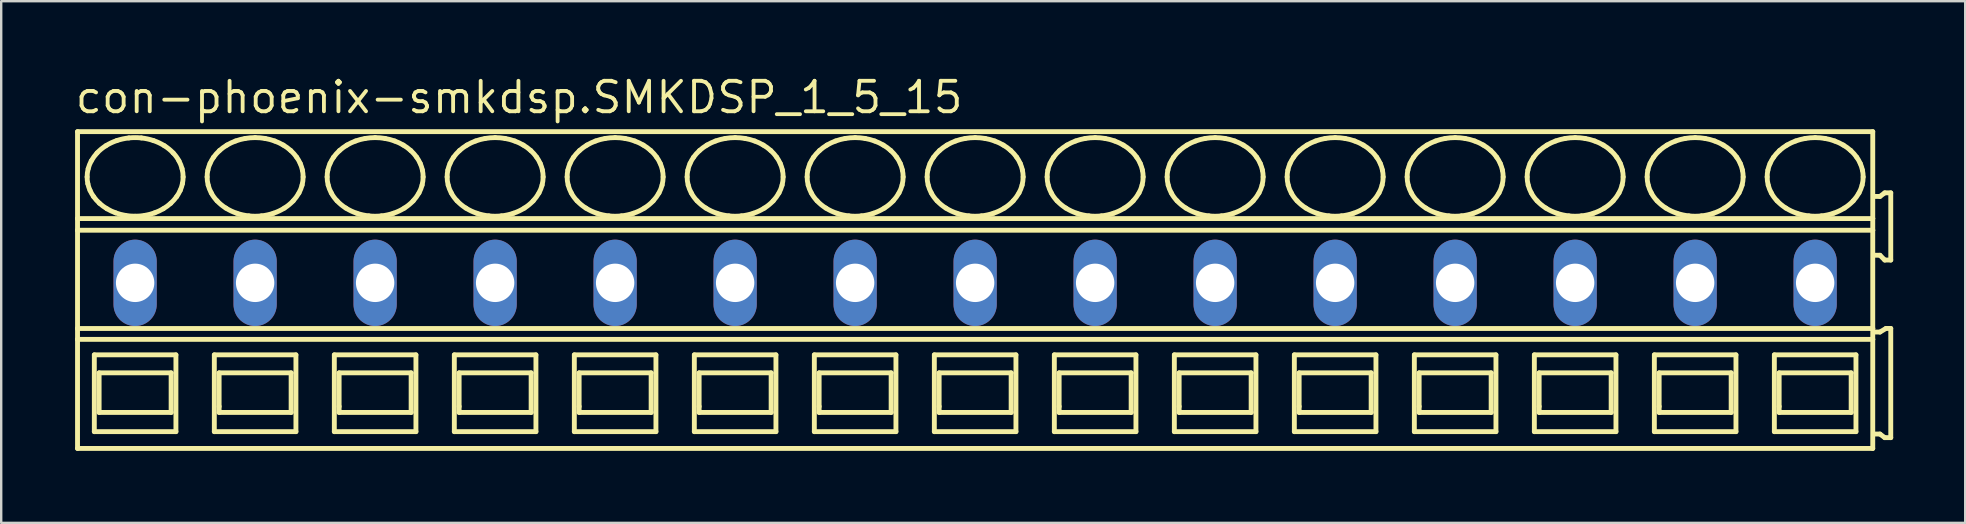
<source format=kicad_pcb>
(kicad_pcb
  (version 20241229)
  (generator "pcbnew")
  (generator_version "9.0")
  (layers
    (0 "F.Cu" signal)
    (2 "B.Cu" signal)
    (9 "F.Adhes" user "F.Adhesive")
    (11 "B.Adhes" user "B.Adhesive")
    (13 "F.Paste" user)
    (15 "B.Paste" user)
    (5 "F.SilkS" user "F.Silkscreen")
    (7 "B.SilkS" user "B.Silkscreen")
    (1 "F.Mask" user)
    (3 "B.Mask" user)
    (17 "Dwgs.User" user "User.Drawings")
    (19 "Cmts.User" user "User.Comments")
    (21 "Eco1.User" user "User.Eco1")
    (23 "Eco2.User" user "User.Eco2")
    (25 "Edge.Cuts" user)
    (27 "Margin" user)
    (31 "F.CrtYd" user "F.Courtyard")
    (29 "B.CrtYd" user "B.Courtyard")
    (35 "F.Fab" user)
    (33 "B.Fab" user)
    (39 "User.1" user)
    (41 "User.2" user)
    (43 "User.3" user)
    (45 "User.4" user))
  (footprint "con-phoenix-smkdsp.SMKDSP_1_5_15"
    (layer "F.Cu")
    (at 5.08 8.735)
    (property "Reference" "con-phoenix-smkdsp.SMKDSP_1_5_15" (at -5.08 -6.985 0) (layer "F.SilkS") (effects (font (size 1.27 1.27) (thickness 0.16)) (justify left bottom)))
    (attr through_hole)
    (fp_line (start -4.9 -6.3) (end -4.9 -2.679) (stroke (width 0.203) (type default)) (layer "F.SilkS"))
    (fp_line (start -4.9 -2.679) (end -4.9 -2.192) (stroke (width 0.203) (type default)) (layer "F.SilkS"))
    (fp_line (start -4.9 -2.192) (end -4.9 1.902) (stroke (width 0.203) (type default)) (layer "F.SilkS"))
    (fp_line (start -4.9 1.902) (end -4.9 2.354) (stroke (width 0.203) (type default)) (layer "F.SilkS"))
    (fp_line (start -4.9 2.354) (end -4.9 6.9) (stroke (width 0.203) (type default)) (layer "F.SilkS"))
    (fp_line (start -4.9 6.9) (end 69.9 6.9) (stroke (width 0.203) (type default)) (layer "F.SilkS"))
    (fp_line (start -4.2 3) (end -4.2 6.2) (stroke (width 0.203) (type default)) (layer "F.SilkS"))
    (fp_line (start -4.2 6.2) (end -0.8 6.2) (stroke (width 0.203) (type default)) (layer "F.SilkS"))
    (fp_line (start -4 3.75) (end -4 5.4) (stroke (width 0.203) (type default)) (layer "F.SilkS"))
    (fp_line (start -4 5.4) (end -1 5.4) (stroke (width 0.203) (type default)) (layer "F.SilkS"))
    (fp_line (start -1 3.75) (end -4 3.75) (stroke (width 0.203) (type default)) (layer "F.SilkS"))
    (fp_line (start -1 5.4) (end -1 3.75) (stroke (width 0.203) (type default)) (layer "F.SilkS"))
    (fp_line (start -0.8 3) (end -4.2 3) (stroke (width 0.203) (type default)) (layer "F.SilkS"))
    (fp_line (start -0.8 6.2) (end -0.8 3) (stroke (width 0.203) (type default)) (layer "F.SilkS"))
    (fp_line (start 0.8 3) (end 0.8 6.2) (stroke (width 0.203) (type default)) (layer "F.SilkS"))
    (fp_line (start 0.8 6.2) (end 4.2 6.2) (stroke (width 0.203) (type default)) (layer "F.SilkS"))
    (fp_line (start 1 3.75) (end 1 5.15) (stroke (width 0.203) (type default)) (layer "F.SilkS"))
    (fp_line (start 1 5.15) (end 1 5.4) (stroke (width 0.203) (type default)) (layer "F.SilkS"))
    (fp_line (start 1 5.4) (end 4 5.4) (stroke (width 0.203) (type default)) (layer "F.SilkS"))
    (fp_line (start 4 3.75) (end 1 3.75) (stroke (width 0.203) (type default)) (layer "F.SilkS"))
    (fp_line (start 4 5.4) (end 4 3.75) (stroke (width 0.203) (type default)) (layer "F.SilkS"))
    (fp_line (start 4.2 3) (end 0.8 3) (stroke (width 0.203) (type default)) (layer "F.SilkS"))
    (fp_line (start 4.2 6.2) (end 4.2 3) (stroke (width 0.203) (type default)) (layer "F.SilkS"))
    (fp_line (start 5.8 3) (end 5.8 6.2) (stroke (width 0.203) (type default)) (layer "F.SilkS"))
    (fp_line (start 5.8 6.2) (end 9.2 6.2) (stroke (width 0.203) (type default)) (layer "F.SilkS"))
    (fp_line (start 6 3.75) (end 6 5.15) (stroke (width 0.203) (type default)) (layer "F.SilkS"))
    (fp_line (start 6 5.15) (end 6 5.4) (stroke (width 0.203) (type default)) (layer "F.SilkS"))
    (fp_line (start 6 5.4) (end 9 5.4) (stroke (width 0.203) (type default)) (layer "F.SilkS"))
    (fp_line (start 9 3.75) (end 6 3.75) (stroke (width 0.203) (type default)) (layer "F.SilkS"))
    (fp_line (start 9 5.4) (end 9 3.75) (stroke (width 0.203) (type default)) (layer "F.SilkS"))
    (fp_line (start 9.2 3) (end 5.8 3) (stroke (width 0.203) (type default)) (layer "F.SilkS"))
    (fp_line (start 9.2 6.2) (end 9.2 3) (stroke (width 0.203) (type default)) (layer "F.SilkS"))
    (fp_line (start 10.8 3) (end 10.8 6.2) (stroke (width 0.203) (type default)) (layer "F.SilkS"))
    (fp_line (start 10.8 6.2) (end 14.2 6.2) (stroke (width 0.203) (type default)) (layer "F.SilkS"))
    (fp_line (start 11 3.75) (end 11 5.15) (stroke (width 0.203) (type default)) (layer "F.SilkS"))
    (fp_line (start 11 5.15) (end 11 5.4) (stroke (width 0.203) (type default)) (layer "F.SilkS"))
    (fp_line (start 11 5.4) (end 14 5.4) (stroke (width 0.203) (type default)) (layer "F.SilkS"))
    (fp_line (start 14 3.75) (end 11 3.75) (stroke (width 0.203) (type default)) (layer "F.SilkS"))
    (fp_line (start 14 5.4) (end 14 3.75) (stroke (width 0.203) (type default)) (layer "F.SilkS"))
    (fp_line (start 14.2 3) (end 10.8 3) (stroke (width 0.203) (type default)) (layer "F.SilkS"))
    (fp_line (start 14.2 6.2) (end 14.2 3) (stroke (width 0.203) (type default)) (layer "F.SilkS"))
    (fp_line (start 15.8 3) (end 15.8 6.2) (stroke (width 0.203) (type default)) (layer "F.SilkS"))
    (fp_line (start 15.8 6.2) (end 19.2 6.2) (stroke (width 0.203) (type default)) (layer "F.SilkS"))
    (fp_line (start 16 3.75) (end 16 5.15) (stroke (width 0.203) (type default)) (layer "F.SilkS"))
    (fp_line (start 16 5.15) (end 16 5.4) (stroke (width 0.203) (type default)) (layer "F.SilkS"))
    (fp_line (start 16 5.4) (end 19 5.4) (stroke (width 0.203) (type default)) (layer "F.SilkS"))
    (fp_line (start 19 3.75) (end 16 3.75) (stroke (width 0.203) (type default)) (layer "F.SilkS"))
    (fp_line (start 19 5.4) (end 19 3.75) (stroke (width 0.203) (type default)) (layer "F.SilkS"))
    (fp_line (start 19.2 3) (end 15.8 3) (stroke (width 0.203) (type default)) (layer "F.SilkS"))
    (fp_line (start 19.2 6.2) (end 19.2 3) (stroke (width 0.203) (type default)) (layer "F.SilkS"))
    (fp_line (start 20.8 3) (end 20.8 6.2) (stroke (width 0.203) (type default)) (layer "F.SilkS"))
    (fp_line (start 20.8 6.2) (end 24.2 6.2) (stroke (width 0.203) (type default)) (layer "F.SilkS"))
    (fp_line (start 21 3.75) (end 21 5.15) (stroke (width 0.203) (type default)) (layer "F.SilkS"))
    (fp_line (start 21 5.15) (end 21 5.4) (stroke (width 0.203) (type default)) (layer "F.SilkS"))
    (fp_line (start 21 5.4) (end 24 5.4) (stroke (width 0.203) (type default)) (layer "F.SilkS"))
    (fp_line (start 24 3.75) (end 21 3.75) (stroke (width 0.203) (type default)) (layer "F.SilkS"))
    (fp_line (start 24 5.4) (end 24 3.75) (stroke (width 0.203) (type default)) (layer "F.SilkS"))
    (fp_line (start 24.2 3) (end 20.8 3) (stroke (width 0.203) (type default)) (layer "F.SilkS"))
    (fp_line (start 24.2 6.2) (end 24.2 3) (stroke (width 0.203) (type default)) (layer "F.SilkS"))
    (fp_line (start 25.8 3) (end 25.8 6.2) (stroke (width 0.203) (type default)) (layer "F.SilkS"))
    (fp_line (start 25.8 6.2) (end 29.2 6.2) (stroke (width 0.203) (type default)) (layer "F.SilkS"))
    (fp_line (start 26 3.75) (end 26 5.15) (stroke (width 0.203) (type default)) (layer "F.SilkS"))
    (fp_line (start 26 5.15) (end 26 5.4) (stroke (width 0.203) (type default)) (layer "F.SilkS"))
    (fp_line (start 26 5.4) (end 29 5.4) (stroke (width 0.203) (type default)) (layer "F.SilkS"))
    (fp_line (start 29 3.75) (end 26 3.75) (stroke (width 0.203) (type default)) (layer "F.SilkS"))
    (fp_line (start 29 5.4) (end 29 3.75) (stroke (width 0.203) (type default)) (layer "F.SilkS"))
    (fp_line (start 29.2 3) (end 25.8 3) (stroke (width 0.203) (type default)) (layer "F.SilkS"))
    (fp_line (start 29.2 6.2) (end 29.2 3) (stroke (width 0.203) (type default)) (layer "F.SilkS"))
    (fp_line (start 30.8 3) (end 30.8 6.2) (stroke (width 0.203) (type default)) (layer "F.SilkS"))
    (fp_line (start 30.8 6.2) (end 34.2 6.2) (stroke (width 0.203) (type default)) (layer "F.SilkS"))
    (fp_line (start 31 3.75) (end 31 5.15) (stroke (width 0.203) (type default)) (layer "F.SilkS"))
    (fp_line (start 31 5.15) (end 31 5.4) (stroke (width 0.203) (type default)) (layer "F.SilkS"))
    (fp_line (start 31 5.4) (end 34 5.4) (stroke (width 0.203) (type default)) (layer "F.SilkS"))
    (fp_line (start 34 3.75) (end 31 3.75) (stroke (width 0.203) (type default)) (layer "F.SilkS"))
    (fp_line (start 34 5.4) (end 34 3.75) (stroke (width 0.203) (type default)) (layer "F.SilkS"))
    (fp_line (start 34.2 3) (end 30.8 3) (stroke (width 0.203) (type default)) (layer "F.SilkS"))
    (fp_line (start 34.2 6.2) (end 34.2 3) (stroke (width 0.203) (type default)) (layer "F.SilkS"))
    (fp_line (start 35.8 3) (end 35.8 6.2) (stroke (width 0.203) (type default)) (layer "F.SilkS"))
    (fp_line (start 35.8 6.2) (end 39.2 6.2) (stroke (width 0.203) (type default)) (layer "F.SilkS"))
    (fp_line (start 36 3.75) (end 36 5.15) (stroke (width 0.203) (type default)) (layer "F.SilkS"))
    (fp_line (start 36 5.15) (end 36 5.4) (stroke (width 0.203) (type default)) (layer "F.SilkS"))
    (fp_line (start 36 5.4) (end 39 5.4) (stroke (width 0.203) (type default)) (layer "F.SilkS"))
    (fp_line (start 39 3.75) (end 36 3.75) (stroke (width 0.203) (type default)) (layer "F.SilkS"))
    (fp_line (start 39 5.4) (end 39 3.75) (stroke (width 0.203) (type default)) (layer "F.SilkS"))
    (fp_line (start 39.2 3) (end 35.8 3) (stroke (width 0.203) (type default)) (layer "F.SilkS"))
    (fp_line (start 39.2 6.2) (end 39.2 3) (stroke (width 0.203) (type default)) (layer "F.SilkS"))
    (fp_line (start 40.8 3) (end 40.8 6.2) (stroke (width 0.203) (type default)) (layer "F.SilkS"))
    (fp_line (start 40.8 6.2) (end 44.2 6.2) (stroke (width 0.203) (type default)) (layer "F.SilkS"))
    (fp_line (start 41 3.75) (end 41 5.15) (stroke (width 0.203) (type default)) (layer "F.SilkS"))
    (fp_line (start 41 5.15) (end 41 5.4) (stroke (width 0.203) (type default)) (layer "F.SilkS"))
    (fp_line (start 41 5.4) (end 44 5.4) (stroke (width 0.203) (type default)) (layer "F.SilkS"))
    (fp_line (start 44 3.75) (end 41 3.75) (stroke (width 0.203) (type default)) (layer "F.SilkS"))
    (fp_line (start 44 5.4) (end 44 3.75) (stroke (width 0.203) (type default)) (layer "F.SilkS"))
    (fp_line (start 44.2 3) (end 40.8 3) (stroke (width 0.203) (type default)) (layer "F.SilkS"))
    (fp_line (start 44.2 6.2) (end 44.2 3) (stroke (width 0.203) (type default)) (layer "F.SilkS"))
    (fp_line (start 45.8 3) (end 45.8 6.2) (stroke (width 0.203) (type default)) (layer "F.SilkS"))
    (fp_line (start 45.8 6.2) (end 49.2 6.2) (stroke (width 0.203) (type default)) (layer "F.SilkS"))
    (fp_line (start 46 3.75) (end 46 5.15) (stroke (width 0.203) (type default)) (layer "F.SilkS"))
    (fp_line (start 46 5.15) (end 46 5.4) (stroke (width 0.203) (type default)) (layer "F.SilkS"))
    (fp_line (start 46 5.4) (end 49 5.4) (stroke (width 0.203) (type default)) (layer "F.SilkS"))
    (fp_line (start 49 3.75) (end 46 3.75) (stroke (width 0.203) (type default)) (layer "F.SilkS"))
    (fp_line (start 49 5.4) (end 49 3.75) (stroke (width 0.203) (type default)) (layer "F.SilkS"))
    (fp_line (start 49.2 3) (end 45.8 3) (stroke (width 0.203) (type default)) (layer "F.SilkS"))
    (fp_line (start 49.2 6.2) (end 49.2 3) (stroke (width 0.203) (type default)) (layer "F.SilkS"))
    (fp_line (start 50.8 3) (end 50.8 6.2) (stroke (width 0.203) (type default)) (layer "F.SilkS"))
    (fp_line (start 50.8 6.2) (end 54.2 6.2) (stroke (width 0.203) (type default)) (layer "F.SilkS"))
    (fp_line (start 51 3.75) (end 51 5.15) (stroke (width 0.203) (type default)) (layer "F.SilkS"))
    (fp_line (start 51 5.15) (end 51 5.4) (stroke (width 0.203) (type default)) (layer "F.SilkS"))
    (fp_line (start 51 5.4) (end 54 5.4) (stroke (width 0.203) (type default)) (layer "F.SilkS"))
    (fp_line (start 54 3.75) (end 51 3.75) (stroke (width 0.203) (type default)) (layer "F.SilkS"))
    (fp_line (start 54 5.4) (end 54 3.75) (stroke (width 0.203) (type default)) (layer "F.SilkS"))
    (fp_line (start 54.2 3) (end 50.8 3) (stroke (width 0.203) (type default)) (layer "F.SilkS"))
    (fp_line (start 54.2 6.2) (end 54.2 3) (stroke (width 0.203) (type default)) (layer "F.SilkS"))
    (fp_line (start 55.8 3) (end 55.8 6.2) (stroke (width 0.203) (type default)) (layer "F.SilkS"))
    (fp_line (start 55.8 6.2) (end 59.2 6.2) (stroke (width 0.203) (type default)) (layer "F.SilkS"))
    (fp_line (start 56 3.75) (end 56 5.15) (stroke (width 0.203) (type default)) (layer "F.SilkS"))
    (fp_line (start 56 5.15) (end 56 5.4) (stroke (width 0.203) (type default)) (layer "F.SilkS"))
    (fp_line (start 56 5.4) (end 59 5.4) (stroke (width 0.203) (type default)) (layer "F.SilkS"))
    (fp_line (start 59 3.75) (end 56 3.75) (stroke (width 0.203) (type default)) (layer "F.SilkS"))
    (fp_line (start 59 5.4) (end 59 3.75) (stroke (width 0.203) (type default)) (layer "F.SilkS"))
    (fp_line (start 59.2 3) (end 55.8 3) (stroke (width 0.203) (type default)) (layer "F.SilkS"))
    (fp_line (start 59.2 6.2) (end 59.2 3) (stroke (width 0.203) (type default)) (layer "F.SilkS"))
    (fp_line (start 60.8 3) (end 60.8 6.2) (stroke (width 0.203) (type default)) (layer "F.SilkS"))
    (fp_line (start 60.8 6.2) (end 64.2 6.2) (stroke (width 0.203) (type default)) (layer "F.SilkS"))
    (fp_line (start 61 3.75) (end 61 5.15) (stroke (width 0.203) (type default)) (layer "F.SilkS"))
    (fp_line (start 61 5.15) (end 61 5.4) (stroke (width 0.203) (type default)) (layer "F.SilkS"))
    (fp_line (start 61 5.4) (end 64 5.4) (stroke (width 0.203) (type default)) (layer "F.SilkS"))
    (fp_line (start 64 3.75) (end 61 3.75) (stroke (width 0.203) (type default)) (layer "F.SilkS"))
    (fp_line (start 64 5.4) (end 64 3.75) (stroke (width 0.203) (type default)) (layer "F.SilkS"))
    (fp_line (start 64.2 3) (end 60.8 3) (stroke (width 0.203) (type default)) (layer "F.SilkS"))
    (fp_line (start 64.2 6.2) (end 64.2 3) (stroke (width 0.203) (type default)) (layer "F.SilkS"))
    (fp_line (start 65.8 3) (end 65.8 6.2) (stroke (width 0.203) (type default)) (layer "F.SilkS"))
    (fp_line (start 65.8 6.2) (end 69.2 6.2) (stroke (width 0.203) (type default)) (layer "F.SilkS"))
    (fp_line (start 66 3.75) (end 66 5.15) (stroke (width 0.203) (type default)) (layer "F.SilkS"))
    (fp_line (start 66 5.15) (end 66 5.4) (stroke (width 0.203) (type default)) (layer "F.SilkS"))
    (fp_line (start 66 5.4) (end 69 5.4) (stroke (width 0.203) (type default)) (layer "F.SilkS"))
    (fp_line (start 69 3.75) (end 66 3.75) (stroke (width 0.203) (type default)) (layer "F.SilkS"))
    (fp_line (start 69 5.4) (end 69 3.75) (stroke (width 0.203) (type default)) (layer "F.SilkS"))
    (fp_line (start 69.2 3) (end 65.8 3) (stroke (width 0.203) (type default)) (layer "F.SilkS"))
    (fp_line (start 69.2 6.2) (end 69.2 3) (stroke (width 0.203) (type default)) (layer "F.SilkS"))
    (fp_line (start 69.9 -6.3) (end -4.9 -6.3) (stroke (width 0.203) (type default)) (layer "F.SilkS"))
    (fp_line (start 69.9 -2.679) (end -4.9 -2.679) (stroke (width 0.203) (type default)) (layer "F.SilkS"))
    (fp_line (start 69.9 -2.679) (end 69.9 -6.3) (stroke (width 0.203) (type default)) (layer "F.SilkS"))
    (fp_line (start 69.9 -2.192) (end -4.9 -2.192) (stroke (width 0.203) (type default)) (layer "F.SilkS"))
    (fp_line (start 69.9 -2.192) (end 69.9 -2.679) (stroke (width 0.203) (type default)) (layer "F.SilkS"))
    (fp_line (start 69.9 1.902) (end -4.9 1.902) (stroke (width 0.203) (type default)) (layer "F.SilkS"))
    (fp_line (start 69.9 1.902) (end 69.9 -2.192) (stroke (width 0.203) (type default)) (layer "F.SilkS"))
    (fp_line (start 69.9 2.354) (end -4.9 2.354) (stroke (width 0.203) (type default)) (layer "F.SilkS"))
    (fp_line (start 69.9 2.354) (end 69.9 1.902) (stroke (width 0.203) (type default)) (layer "F.SilkS"))
    (fp_line (start 69.9 6.9) (end 69.9 2.354) (stroke (width 0.203) (type default)) (layer "F.SilkS"))
    (fp_line (start 70 -1.15) (end 70.2 -1.15) (stroke (width 0.203) (type default)) (layer "F.SilkS"))
    (fp_line (start 70 6.3) (end 70.2 6.3) (stroke (width 0.203) (type default)) (layer "F.SilkS"))
    (fp_line (start 70.2 -3.6) (end 70 -3.6) (stroke (width 0.203) (type default)) (layer "F.SilkS"))
    (fp_line (start 70.2 -1.15) (end 70.4 -0.95) (stroke (width 0.203) (type default)) (layer "F.SilkS"))
    (fp_line (start 70.2 2.05) (end 70 2.05) (stroke (width 0.203) (type default)) (layer "F.SilkS"))
    (fp_line (start 70.2 6.3) (end 70.4 6.45) (stroke (width 0.203) (type default)) (layer "F.SilkS"))
    (fp_line (start 70.4 -3.75) (end 70.2 -3.6) (stroke (width 0.203) (type default)) (layer "F.SilkS"))
    (fp_line (start 70.4 -0.95) (end 70.65 -0.95) (stroke (width 0.203) (type default)) (layer "F.SilkS"))
    (fp_line (start 70.4 6.45) (end 70.65 6.45) (stroke (width 0.203) (type default)) (layer "F.SilkS"))
    (fp_line (start 70.45 1.9) (end 70.2 2.05) (stroke (width 0.203) (type default)) (layer "F.SilkS"))
    (fp_line (start 70.65 -3.75) (end 70.4 -3.75) (stroke (width 0.203) (type default)) (layer "F.SilkS"))
    (fp_line (start 70.65 -0.95) (end 70.65 -3.75) (stroke (width 0.203) (type default)) (layer "F.SilkS"))
    (fp_line (start 70.65 1.9) (end 70.45 1.9) (stroke (width 0.203) (type default)) (layer "F.SilkS"))
    (fp_line (start 70.65 6.45) (end 70.65 1.9) (stroke (width 0.203) (type default)) (layer "F.SilkS"))
    (fp_arc (start -4.5 -4.4136) (mid -4.488905 -4.585389) (end -4.4562 -4.7544) (stroke (width 0.2032) (type default)) (layer "F.SilkS"))
    (fp_arc (start -4.4695 -4.1287) (mid -4.492309 -4.270341) (end -4.5 -4.4136) (stroke (width 0.2032) (type default)) (layer "F.SilkS"))
    (fp_arc (start -4.4562 -4.7544) (mid -4.401558 -4.920839) (end -4.3273 -5.0795) (stroke (width 0.2032) (type default)) (layer "F.SilkS"))
    (fp_arc (start -4.3795 -3.8536) (mid -4.431599 -3.988827) (end -4.4695 -4.1287) (stroke (width 0.2032) (type default)) (layer "F.SilkS"))
    (fp_arc (start -4.3274 -5.0795) (mid -4.216217 -5.252167) (end -4.0864 -5.4113) (stroke (width 0.2032) (type default)) (layer "F.SilkS"))
    (fp_arc (start -4.232 -3.5945) (mid -4.312155 -3.720404) (end -4.3795 -3.8536) (stroke (width 0.2032) (type default)) (layer "F.SilkS"))
    (fp_arc (start -4.0864 -5.4113) (mid -3.911717 -5.573771) (end -3.718 -5.713) (stroke (width 0.2032) (type default)) (layer "F.SilkS"))
    (fp_arc (start -3.9861 -3.3171) (mid -4.116737 -3.448975) (end -4.2321 -3.5944) (stroke (width 0.2032) (type default)) (layer "F.SilkS"))
    (fp_arc (start -3.718 -5.713) (mid -3.497651 -5.83326) (end -3.2649 -5.9273) (stroke (width 0.2032) (type default)) (layer "F.SilkS"))
    (fp_arc (start -3.676 -3.0884) (mid -3.836846 -3.19489) (end -3.9861 -3.3171) (stroke (width 0.2032) (type default)) (layer "F.SilkS"))
    (fp_arc (start -3.313 -2.9167) (mid -3.498551 -2.993985) (end -3.676 -3.0884) (stroke (width 0.2032) (type default)) (layer "F.SilkS"))
    (fp_arc (start -3.2649 -5.9273) (mid -3.016253 -5.996227) (end -2.7616 -6.0378) (stroke (width 0.2032) (type default)) (layer "F.SilkS"))
    (fp_arc (start -2.9161 -2.8111) (mid -3.116893 -2.855096) (end -3.313 -2.9167) (stroke (width 0.2032) (type default)) (layer "F.SilkS"))
    (fp_arc (start -2.7616 -6.0378) (mid -2.5 -6.051841) (end -2.2384 -6.0378) (stroke (width 0.2032) (type default)) (layer "F.SilkS"))
    (fp_arc (start -2.5 -2.7752) (mid -2.708826 -2.784159) (end -2.9161 -2.8111) (stroke (width 0.2032) (type default)) (layer "F.SilkS"))
    (fp_arc (start -2.2384 -6.0378) (mid -1.983714 -5.996378) (end -1.7351 -5.9273) (stroke (width 0.2032) (type default)) (layer "F.SilkS"))
    (fp_arc (start -2.0839 -2.8111) (mid -2.291182 -2.784277) (end -2.5 -2.7753) (stroke (width 0.2032) (type default)) (layer "F.SilkS"))
    (fp_arc (start -1.7351 -5.9273) (mid -1.502222 -5.83353) (end -1.282 -5.713) (stroke (width 0.2032) (type default)) (layer "F.SilkS"))
    (fp_arc (start -1.687 -2.9167) (mid -1.883128 -2.855175) (end -2.0839 -2.8111) (stroke (width 0.2032) (type default)) (layer "F.SilkS"))
    (fp_arc (start -1.324 -3.0884) (mid -1.501514 -2.994123) (end -1.687 -2.9167) (stroke (width 0.2032) (type default)) (layer "F.SilkS"))
    (fp_arc (start -1.282 -5.713) (mid -1.088036 -5.574073) (end -0.9136 -5.4113) (stroke (width 0.2032) (type default)) (layer "F.SilkS"))
    (fp_arc (start -1.0139 -3.3171) (mid -1.163276 -3.195057) (end -1.324 -3.0884) (stroke (width 0.2032) (type default)) (layer "F.SilkS"))
    (fp_arc (start -0.9137 -5.4112) (mid -0.781313 -5.253987) (end -0.6727 -5.0795) (stroke (width 0.2032) (type default)) (layer "F.SilkS"))
    (fp_arc (start -0.7679 -3.5944) (mid -0.88339 -3.449088) (end -1.0139 -3.3171) (stroke (width 0.2032) (type default)) (layer "F.SilkS"))
    (fp_arc (start -0.6727 -5.0795) (mid -0.598286 -4.920901) (end -0.5438 -4.7544) (stroke (width 0.2032) (type default)) (layer "F.SilkS"))
    (fp_arc (start -0.6204 -3.8536) (mid -0.687861 -3.720421) (end -0.7679 -3.5944) (stroke (width 0.2032) (type default)) (layer "F.SilkS"))
    (fp_arc (start -0.5438 -4.7544) (mid -0.511083 -4.58539) (end -0.5 -4.4136) (stroke (width 0.2032) (type default)) (layer "F.SilkS"))
    (fp_arc (start -0.5305 -4.1287) (mid -0.568473 -3.988851) (end -0.6205 -3.8536) (stroke (width 0.2032) (type default)) (layer "F.SilkS"))
    (fp_arc (start -0.5001 -4.4136) (mid -0.50774 -4.270343) (end -0.5305 -4.1287) (stroke (width 0.2032) (type default)) (layer "F.SilkS"))
    (fp_arc (start 0.5 -4.4136) (mid 0.507693 -4.556809) (end 0.5305 -4.6984) (stroke (width 0.2032) (type default)) (layer "F.SilkS"))
    (fp_arc (start 0.5305 -4.6984) (mid 0.568467 -4.8383) (end 0.6205 -4.9736) (stroke (width 0.2032) (type default)) (layer "F.SilkS"))
    (fp_arc (start 0.5438 -4.0727) (mid 0.511073 -4.241759) (end 0.5 -4.4136) (stroke (width 0.2032) (type default)) (layer "F.SilkS"))
    (fp_arc (start 0.6204 -4.9736) (mid 0.687866 -5.106728) (end 0.7679 -5.2327) (stroke (width 0.2032) (type default)) (layer "F.SilkS"))
    (fp_arc (start 0.6727 -3.7476) (mid 0.598288 -3.9062) (end 0.5438 -4.0727) (stroke (width 0.2032) (type default)) (layer "F.SilkS"))
    (fp_arc (start 0.7679 -5.2327) (mid 0.883386 -5.378016) (end 1.0139 -5.51) (stroke (width 0.2032) (type default)) (layer "F.SilkS"))
    (fp_arc (start 0.9136 -3.4159) (mid 0.781267 -3.57312) (end 0.6727 -3.7476) (stroke (width 0.2032) (type default)) (layer "F.SilkS"))
    (fp_arc (start 1.0139 -5.51) (mid 1.163277 -5.632042) (end 1.324 -5.7387) (stroke (width 0.2032) (type default)) (layer "F.SilkS"))
    (fp_arc (start 1.282 -3.1141) (mid 1.088032 -3.253077) (end 0.9136 -3.4159) (stroke (width 0.2032) (type default)) (layer "F.SilkS"))
    (fp_arc (start 1.324 -5.7387) (mid 1.501514 -5.832977) (end 1.687 -5.9104) (stroke (width 0.2032) (type default)) (layer "F.SilkS"))
    (fp_arc (start 1.687 -5.9104) (mid 1.883128 -5.971925) (end 2.0839 -6.016) (stroke (width 0.2032) (type default)) (layer "F.SilkS"))
    (fp_arc (start 1.7351 -2.8998) (mid 1.502222 -2.993571) (end 1.282 -3.1141) (stroke (width 0.2032) (type default)) (layer "F.SilkS"))
    (fp_arc (start 2.0839 -6.0161) (mid 2.291183 -6.042919) (end 2.5 -6.0519) (stroke (width 0.2032) (type default)) (layer "F.SilkS"))
    (fp_arc (start 2.2384 -2.7893) (mid 1.983714 -2.830721) (end 1.7351 -2.8998) (stroke (width 0.2032) (type default)) (layer "F.SilkS"))
    (fp_arc (start 2.5 -6.0519) (mid 2.708826 -6.042941) (end 2.9161 -6.016) (stroke (width 0.2032) (type default)) (layer "F.SilkS"))
    (fp_arc (start 2.7616 -2.7893) (mid 2.5 -2.775259) (end 2.2384 -2.7893) (stroke (width 0.2032) (type default)) (layer "F.SilkS"))
    (fp_arc (start 2.9161 -6.016) (mid 3.116893 -5.972004) (end 3.313 -5.9104) (stroke (width 0.2032) (type default)) (layer "F.SilkS"))
    (fp_arc (start 3.2649 -2.8998) (mid 3.016253 -2.830873) (end 2.7616 -2.7893) (stroke (width 0.2032) (type default)) (layer "F.SilkS"))
    (fp_arc (start 3.313 -5.9104) (mid 3.498552 -5.833116) (end 3.676 -5.7387) (stroke (width 0.2032) (type default)) (layer "F.SilkS"))
    (fp_arc (start 3.676 -5.7387) (mid 3.836846 -5.632209) (end 3.9861 -5.51) (stroke (width 0.2032) (type default)) (layer "F.SilkS"))
    (fp_arc (start 3.718 -3.1141) (mid 3.497651 -2.993839) (end 3.2649 -2.8998) (stroke (width 0.2032) (type default)) (layer "F.SilkS"))
    (fp_arc (start 3.9861 -5.51) (mid 4.116738 -5.378126) (end 4.2321 -5.2327) (stroke (width 0.2032) (type default)) (layer "F.SilkS"))
    (fp_arc (start 4.0864 -3.4159) (mid 3.911721 -3.253378) (end 3.718 -3.1141) (stroke (width 0.2032) (type default)) (layer "F.SilkS"))
    (fp_arc (start 4.2321 -5.2327) (mid 4.312204 -5.106793) (end 4.3795 -4.9736) (stroke (width 0.2032) (type default)) (layer "F.SilkS"))
    (fp_arc (start 4.3273 -3.7476) (mid 4.216161 -3.574988) (end 4.0864 -3.4159) (stroke (width 0.2032) (type default)) (layer "F.SilkS"))
    (fp_arc (start 4.3795 -4.9736) (mid 4.431605 -4.838324) (end 4.4695 -4.6984) (stroke (width 0.2032) (type default)) (layer "F.SilkS"))
    (fp_arc (start 4.4562 -4.0727) (mid 4.401557 -3.906262) (end 4.3273 -3.7476) (stroke (width 0.2032) (type default)) (layer "F.SilkS"))
    (fp_arc (start 4.4695 -4.6984) (mid 4.4923 -4.556809) (end 4.5 -4.4136) (stroke (width 0.2032) (type default)) (layer "F.SilkS"))
    (fp_arc (start 4.5 -4.4136) (mid 4.488914 -4.241761) (end 4.4562 -4.0727) (stroke (width 0.2032) (type default)) (layer "F.SilkS"))
    (fp_arc (start 5.5 -4.4136) (mid 5.507693 -4.556809) (end 5.5305 -4.6984) (stroke (width 0.2032) (type default)) (layer "F.SilkS"))
    (fp_arc (start 5.5305 -4.6984) (mid 5.568467 -4.8383) (end 5.6205 -4.9736) (stroke (width 0.2032) (type default)) (layer "F.SilkS"))
    (fp_arc (start 5.5438 -4.0727) (mid 5.511073 -4.241759) (end 5.5 -4.4136) (stroke (width 0.2032) (type default)) (layer "F.SilkS"))
    (fp_arc (start 5.6204 -4.9736) (mid 5.687866 -5.106728) (end 5.7679 -5.2327) (stroke (width 0.2032) (type default)) (layer "F.SilkS"))
    (fp_arc (start 5.6727 -3.7476) (mid 5.598288 -3.9062) (end 5.5438 -4.0727) (stroke (width 0.2032) (type default)) (layer "F.SilkS"))
    (fp_arc (start 5.7679 -5.2327) (mid 5.883386 -5.378016) (end 6.0139 -5.51) (stroke (width 0.2032) (type default)) (layer "F.SilkS"))
    (fp_arc (start 5.9136 -3.4159) (mid 5.781267 -3.57312) (end 5.6727 -3.7476) (stroke (width 0.2032) (type default)) (layer "F.SilkS"))
    (fp_arc (start 6.0139 -5.51) (mid 6.163277 -5.632042) (end 6.324 -5.7387) (stroke (width 0.2032) (type default)) (layer "F.SilkS"))
    (fp_arc (start 6.282 -3.1141) (mid 6.088032 -3.253077) (end 5.9136 -3.4159) (stroke (width 0.2032) (type default)) (layer "F.SilkS"))
    (fp_arc (start 6.324 -5.7387) (mid 6.501514 -5.832977) (end 6.687 -5.9104) (stroke (width 0.2032) (type default)) (layer "F.SilkS"))
    (fp_arc (start 6.687 -5.9104) (mid 6.883128 -5.971925) (end 7.0839 -6.016) (stroke (width 0.2032) (type default)) (layer "F.SilkS"))
    (fp_arc (start 6.7351 -2.8998) (mid 6.502222 -2.993571) (end 6.282 -3.1141) (stroke (width 0.2032) (type default)) (layer "F.SilkS"))
    (fp_arc (start 7.0839 -6.0161) (mid 7.291183 -6.042919) (end 7.5 -6.0519) (stroke (width 0.2032) (type default)) (layer "F.SilkS"))
    (fp_arc (start 7.2384 -2.7893) (mid 6.983714 -2.830721) (end 6.7351 -2.8998) (stroke (width 0.2032) (type default)) (layer "F.SilkS"))
    (fp_arc (start 7.5 -6.0519) (mid 7.708826 -6.042941) (end 7.9161 -6.016) (stroke (width 0.2032) (type default)) (layer "F.SilkS"))
    (fp_arc (start 7.7616 -2.7893) (mid 7.5 -2.775259) (end 7.2384 -2.7893) (stroke (width 0.2032) (type default)) (layer "F.SilkS"))
    (fp_arc (start 7.9161 -6.016) (mid 8.116893 -5.972004) (end 8.313 -5.9104) (stroke (width 0.2032) (type default)) (layer "F.SilkS"))
    (fp_arc (start 8.2649 -2.8998) (mid 8.016253 -2.830873) (end 7.7616 -2.7893) (stroke (width 0.2032) (type default)) (layer "F.SilkS"))
    (fp_arc (start 8.313 -5.9104) (mid 8.498552 -5.833116) (end 8.676 -5.7387) (stroke (width 0.2032) (type default)) (layer "F.SilkS"))
    (fp_arc (start 8.676 -5.7387) (mid 8.836846 -5.632209) (end 8.9861 -5.51) (stroke (width 0.2032) (type default)) (layer "F.SilkS"))
    (fp_arc (start 8.718 -3.1141) (mid 8.497651 -2.993839) (end 8.2649 -2.8998) (stroke (width 0.2032) (type default)) (layer "F.SilkS"))
    (fp_arc (start 8.9861 -5.51) (mid 9.116738 -5.378126) (end 9.2321 -5.2327) (stroke (width 0.2032) (type default)) (layer "F.SilkS"))
    (fp_arc (start 9.0864 -3.4159) (mid 8.911721 -3.253378) (end 8.718 -3.1141) (stroke (width 0.2032) (type default)) (layer "F.SilkS"))
    (fp_arc (start 9.2321 -5.2327) (mid 9.312204 -5.106793) (end 9.3795 -4.9736) (stroke (width 0.2032) (type default)) (layer "F.SilkS"))
    (fp_arc (start 9.3273 -3.7476) (mid 9.216161 -3.574988) (end 9.0864 -3.4159) (stroke (width 0.2032) (type default)) (layer "F.SilkS"))
    (fp_arc (start 9.3795 -4.9736) (mid 9.431605 -4.838324) (end 9.4695 -4.6984) (stroke (width 0.2032) (type default)) (layer "F.SilkS"))
    (fp_arc (start 9.4562 -4.0727) (mid 9.401557 -3.906262) (end 9.3273 -3.7476) (stroke (width 0.2032) (type default)) (layer "F.SilkS"))
    (fp_arc (start 9.4695 -4.6984) (mid 9.4923 -4.556809) (end 9.5 -4.4136) (stroke (width 0.2032) (type default)) (layer "F.SilkS"))
    (fp_arc (start 9.5 -4.4136) (mid 9.488914 -4.241761) (end 9.4562 -4.0727) (stroke (width 0.2032) (type default)) (layer "F.SilkS"))
    (fp_arc (start 10.5 -4.4136) (mid 10.507693 -4.556809) (end 10.5305 -4.6984) (stroke (width 0.2032) (type default)) (layer "F.SilkS"))
    (fp_arc (start 10.5305 -4.6984) (mid 10.568467 -4.8383) (end 10.6205 -4.9736) (stroke (width 0.2032) (type default)) (layer "F.SilkS"))
    (fp_arc (start 10.5438 -4.0727) (mid 10.511073 -4.241759) (end 10.5 -4.4136) (stroke (width 0.2032) (type default)) (layer "F.SilkS"))
    (fp_arc (start 10.6204 -4.9736) (mid 10.687866 -5.106728) (end 10.7679 -5.2327) (stroke (width 0.2032) (type default)) (layer "F.SilkS"))
    (fp_arc (start 10.6727 -3.7476) (mid 10.598288 -3.9062) (end 10.5438 -4.0727) (stroke (width 0.2032) (type default)) (layer "F.SilkS"))
    (fp_arc (start 10.7679 -5.2327) (mid 10.883386 -5.378016) (end 11.0139 -5.51) (stroke (width 0.2032) (type default)) (layer "F.SilkS"))
    (fp_arc (start 10.9136 -3.4159) (mid 10.781267 -3.57312) (end 10.6727 -3.7476) (stroke (width 0.2032) (type default)) (layer "F.SilkS"))
    (fp_arc (start 11.0139 -5.51) (mid 11.163277 -5.632042) (end 11.324 -5.7387) (stroke (width 0.2032) (type default)) (layer "F.SilkS"))
    (fp_arc (start 11.282 -3.1141) (mid 11.088032 -3.253077) (end 10.9136 -3.4159) (stroke (width 0.2032) (type default)) (layer "F.SilkS"))
    (fp_arc (start 11.324 -5.7387) (mid 11.501514 -5.832977) (end 11.687 -5.9104) (stroke (width 0.2032) (type default)) (layer "F.SilkS"))
    (fp_arc (start 11.687 -5.9104) (mid 11.883128 -5.971925) (end 12.0839 -6.016) (stroke (width 0.2032) (type default)) (layer "F.SilkS"))
    (fp_arc (start 11.7351 -2.8998) (mid 11.502222 -2.993571) (end 11.282 -3.1141) (stroke (width 0.2032) (type default)) (layer "F.SilkS"))
    (fp_arc (start 12.0839 -6.0161) (mid 12.291183 -6.042919) (end 12.5 -6.0519) (stroke (width 0.2032) (type default)) (layer "F.SilkS"))
    (fp_arc (start 12.2384 -2.7893) (mid 11.983714 -2.830721) (end 11.7351 -2.8998) (stroke (width 0.2032) (type default)) (layer "F.SilkS"))
    (fp_arc (start 12.5 -6.0519) (mid 12.708826 -6.042941) (end 12.9161 -6.016) (stroke (width 0.2032) (type default)) (layer "F.SilkS"))
    (fp_arc (start 12.7616 -2.7893) (mid 12.5 -2.775259) (end 12.2384 -2.7893) (stroke (width 0.2032) (type default)) (layer "F.SilkS"))
    (fp_arc (start 12.9161 -6.016) (mid 13.116893 -5.972004) (end 13.313 -5.9104) (stroke (width 0.2032) (type default)) (layer "F.SilkS"))
    (fp_arc (start 13.2649 -2.8998) (mid 13.016253 -2.830873) (end 12.7616 -2.7893) (stroke (width 0.2032) (type default)) (layer "F.SilkS"))
    (fp_arc (start 13.313 -5.9104) (mid 13.498552 -5.833116) (end 13.676 -5.7387) (stroke (width 0.2032) (type default)) (layer "F.SilkS"))
    (fp_arc (start 13.676 -5.7387) (mid 13.836846 -5.632209) (end 13.9861 -5.51) (stroke (width 0.2032) (type default)) (layer "F.SilkS"))
    (fp_arc (start 13.718 -3.1141) (mid 13.497651 -2.993839) (end 13.2649 -2.8998) (stroke (width 0.2032) (type default)) (layer "F.SilkS"))
    (fp_arc (start 13.9861 -5.51) (mid 14.116738 -5.378126) (end 14.2321 -5.2327) (stroke (width 0.2032) (type default)) (layer "F.SilkS"))
    (fp_arc (start 14.0864 -3.4159) (mid 13.911721 -3.253378) (end 13.718 -3.1141) (stroke (width 0.2032) (type default)) (layer "F.SilkS"))
    (fp_arc (start 14.2321 -5.2327) (mid 14.312204 -5.106793) (end 14.3795 -4.9736) (stroke (width 0.2032) (type default)) (layer "F.SilkS"))
    (fp_arc (start 14.3273 -3.7476) (mid 14.216161 -3.574988) (end 14.0864 -3.4159) (stroke (width 0.2032) (type default)) (layer "F.SilkS"))
    (fp_arc (start 14.3795 -4.9736) (mid 14.431605 -4.838324) (end 14.4695 -4.6984) (stroke (width 0.2032) (type default)) (layer "F.SilkS"))
    (fp_arc (start 14.4562 -4.0727) (mid 14.401557 -3.906262) (end 14.3273 -3.7476) (stroke (width 0.2032) (type default)) (layer "F.SilkS"))
    (fp_arc (start 14.4695 -4.6984) (mid 14.4923 -4.556809) (end 14.5 -4.4136) (stroke (width 0.2032) (type default)) (layer "F.SilkS"))
    (fp_arc (start 14.5 -4.4136) (mid 14.488914 -4.241761) (end 14.4562 -4.0727) (stroke (width 0.2032) (type default)) (layer "F.SilkS"))
    (fp_arc (start 15.5 -4.4136) (mid 15.507693 -4.556809) (end 15.5305 -4.6984) (stroke (width 0.2032) (type default)) (layer "F.SilkS"))
    (fp_arc (start 15.5305 -4.6984) (mid 15.568467 -4.8383) (end 15.6205 -4.9736) (stroke (width 0.2032) (type default)) (layer "F.SilkS"))
    (fp_arc (start 15.5438 -4.0727) (mid 15.511073 -4.241759) (end 15.5 -4.4136) (stroke (width 0.2032) (type default)) (layer "F.SilkS"))
    (fp_arc (start 15.6204 -4.9736) (mid 15.687866 -5.106728) (end 15.7679 -5.2327) (stroke (width 0.2032) (type default)) (layer "F.SilkS"))
    (fp_arc (start 15.6727 -3.7476) (mid 15.598288 -3.9062) (end 15.5438 -4.0727) (stroke (width 0.2032) (type default)) (layer "F.SilkS"))
    (fp_arc (start 15.7679 -5.2327) (mid 15.883386 -5.378016) (end 16.0139 -5.51) (stroke (width 0.2032) (type default)) (layer "F.SilkS"))
    (fp_arc (start 15.9136 -3.4159) (mid 15.781267 -3.57312) (end 15.6727 -3.7476) (stroke (width 0.2032) (type default)) (layer "F.SilkS"))
    (fp_arc (start 16.0139 -5.51) (mid 16.163277 -5.632042) (end 16.324 -5.7387) (stroke (width 0.2032) (type default)) (layer "F.SilkS"))
    (fp_arc (start 16.282 -3.1141) (mid 16.088032 -3.253077) (end 15.9136 -3.4159) (stroke (width 0.2032) (type default)) (layer "F.SilkS"))
    (fp_arc (start 16.324 -5.7387) (mid 16.501514 -5.832977) (end 16.687 -5.9104) (stroke (width 0.2032) (type default)) (layer "F.SilkS"))
    (fp_arc (start 16.687 -5.9104) (mid 16.883128 -5.971925) (end 17.0839 -6.016) (stroke (width 0.2032) (type default)) (layer "F.SilkS"))
    (fp_arc (start 16.7351 -2.8998) (mid 16.502222 -2.993571) (end 16.282 -3.1141) (stroke (width 0.2032) (type default)) (layer "F.SilkS"))
    (fp_arc (start 17.0839 -6.0161) (mid 17.291183 -6.042919) (end 17.5 -6.0519) (stroke (width 0.2032) (type default)) (layer "F.SilkS"))
    (fp_arc (start 17.2384 -2.7893) (mid 16.983714 -2.830721) (end 16.7351 -2.8998) (stroke (width 0.2032) (type default)) (layer "F.SilkS"))
    (fp_arc (start 17.5 -6.0519) (mid 17.708826 -6.042941) (end 17.9161 -6.016) (stroke (width 0.2032) (type default)) (layer "F.SilkS"))
    (fp_arc (start 17.7616 -2.7893) (mid 17.5 -2.775259) (end 17.2384 -2.7893) (stroke (width 0.2032) (type default)) (layer "F.SilkS"))
    (fp_arc (start 17.9161 -6.016) (mid 18.116893 -5.972004) (end 18.313 -5.9104) (stroke (width 0.2032) (type default)) (layer "F.SilkS"))
    (fp_arc (start 18.2649 -2.8998) (mid 18.016253 -2.830873) (end 17.7616 -2.7893) (stroke (width 0.2032) (type default)) (layer "F.SilkS"))
    (fp_arc (start 18.313 -5.9104) (mid 18.498552 -5.833116) (end 18.676 -5.7387) (stroke (width 0.2032) (type default)) (layer "F.SilkS"))
    (fp_arc (start 18.676 -5.7387) (mid 18.836846 -5.632209) (end 18.9861 -5.51) (stroke (width 0.2032) (type default)) (layer "F.SilkS"))
    (fp_arc (start 18.718 -3.1141) (mid 18.497651 -2.993839) (end 18.2649 -2.8998) (stroke (width 0.2032) (type default)) (layer "F.SilkS"))
    (fp_arc (start 18.9861 -5.51) (mid 19.116738 -5.378126) (end 19.2321 -5.2327) (stroke (width 0.2032) (type default)) (layer "F.SilkS"))
    (fp_arc (start 19.0864 -3.4159) (mid 18.911721 -3.253378) (end 18.718 -3.1141) (stroke (width 0.2032) (type default)) (layer "F.SilkS"))
    (fp_arc (start 19.2321 -5.2327) (mid 19.312204 -5.106793) (end 19.3795 -4.9736) (stroke (width 0.2032) (type default)) (layer "F.SilkS"))
    (fp_arc (start 19.3273 -3.7476) (mid 19.216161 -3.574988) (end 19.0864 -3.4159) (stroke (width 0.2032) (type default)) (layer "F.SilkS"))
    (fp_arc (start 19.3795 -4.9736) (mid 19.431605 -4.838324) (end 19.4695 -4.6984) (stroke (width 0.2032) (type default)) (layer "F.SilkS"))
    (fp_arc (start 19.4562 -4.0727) (mid 19.401557 -3.906262) (end 19.3273 -3.7476) (stroke (width 0.2032) (type default)) (layer "F.SilkS"))
    (fp_arc (start 19.4695 -4.6984) (mid 19.4923 -4.556809) (end 19.5 -4.4136) (stroke (width 0.2032) (type default)) (layer "F.SilkS"))
    (fp_arc (start 19.5 -4.4136) (mid 19.488914 -4.241761) (end 19.4562 -4.0727) (stroke (width 0.2032) (type default)) (layer "F.SilkS"))
    (fp_arc (start 20.5 -4.4136) (mid 20.507693 -4.556809) (end 20.5305 -4.6984) (stroke (width 0.2032) (type default)) (layer "F.SilkS"))
    (fp_arc (start 20.5305 -4.6984) (mid 20.568467 -4.8383) (end 20.6205 -4.9736) (stroke (width 0.2032) (type default)) (layer "F.SilkS"))
    (fp_arc (start 20.5438 -4.0727) (mid 20.511073 -4.241759) (end 20.5 -4.4136) (stroke (width 0.2032) (type default)) (layer "F.SilkS"))
    (fp_arc (start 20.6204 -4.9736) (mid 20.687866 -5.106728) (end 20.7679 -5.2327) (stroke (width 0.2032) (type default)) (layer "F.SilkS"))
    (fp_arc (start 20.6727 -3.7476) (mid 20.598288 -3.9062) (end 20.5438 -4.0727) (stroke (width 0.2032) (type default)) (layer "F.SilkS"))
    (fp_arc (start 20.7679 -5.2327) (mid 20.883386 -5.378016) (end 21.0139 -5.51) (stroke (width 0.2032) (type default)) (layer "F.SilkS"))
    (fp_arc (start 20.9136 -3.4159) (mid 20.781267 -3.57312) (end 20.6727 -3.7476) (stroke (width 0.2032) (type default)) (layer "F.SilkS"))
    (fp_arc (start 21.0139 -5.51) (mid 21.163277 -5.632042) (end 21.324 -5.7387) (stroke (width 0.2032) (type default)) (layer "F.SilkS"))
    (fp_arc (start 21.282 -3.1141) (mid 21.088032 -3.253077) (end 20.9136 -3.4159) (stroke (width 0.2032) (type default)) (layer "F.SilkS"))
    (fp_arc (start 21.324 -5.7387) (mid 21.501514 -5.832977) (end 21.687 -5.9104) (stroke (width 0.2032) (type default)) (layer "F.SilkS"))
    (fp_arc (start 21.687 -5.9104) (mid 21.883128 -5.971925) (end 22.0839 -6.016) (stroke (width 0.2032) (type default)) (layer "F.SilkS"))
    (fp_arc (start 21.7351 -2.8998) (mid 21.502222 -2.993571) (end 21.282 -3.1141) (stroke (width 0.2032) (type default)) (layer "F.SilkS"))
    (fp_arc (start 22.0839 -6.0161) (mid 22.291183 -6.042919) (end 22.5 -6.0519) (stroke (width 0.2032) (type default)) (layer "F.SilkS"))
    (fp_arc (start 22.2384 -2.7893) (mid 21.983714 -2.830721) (end 21.7351 -2.8998) (stroke (width 0.2032) (type default)) (layer "F.SilkS"))
    (fp_arc (start 22.5 -6.0519) (mid 22.708826 -6.042941) (end 22.9161 -6.016) (stroke (width 0.2032) (type default)) (layer "F.SilkS"))
    (fp_arc (start 22.7616 -2.7893) (mid 22.5 -2.775259) (end 22.2384 -2.7893) (stroke (width 0.2032) (type default)) (layer "F.SilkS"))
    (fp_arc (start 22.9161 -6.016) (mid 23.116893 -5.972004) (end 23.313 -5.9104) (stroke (width 0.2032) (type default)) (layer "F.SilkS"))
    (fp_arc (start 23.2649 -2.8998) (mid 23.016253 -2.830873) (end 22.7616 -2.7893) (stroke (width 0.2032) (type default)) (layer "F.SilkS"))
    (fp_arc (start 23.313 -5.9104) (mid 23.498552 -5.833116) (end 23.676 -5.7387) (stroke (width 0.2032) (type default)) (layer "F.SilkS"))
    (fp_arc (start 23.676 -5.7387) (mid 23.836846 -5.632209) (end 23.9861 -5.51) (stroke (width 0.2032) (type default)) (layer "F.SilkS"))
    (fp_arc (start 23.718 -3.1141) (mid 23.497651 -2.993839) (end 23.2649 -2.8998) (stroke (width 0.2032) (type default)) (layer "F.SilkS"))
    (fp_arc (start 23.9861 -5.51) (mid 24.116738 -5.378126) (end 24.2321 -5.2327) (stroke (width 0.2032) (type default)) (layer "F.SilkS"))
    (fp_arc (start 24.0864 -3.4159) (mid 23.911721 -3.253378) (end 23.718 -3.1141) (stroke (width 0.2032) (type default)) (layer "F.SilkS"))
    (fp_arc (start 24.2321 -5.2327) (mid 24.312204 -5.106793) (end 24.3795 -4.9736) (stroke (width 0.2032) (type default)) (layer "F.SilkS"))
    (fp_arc (start 24.3273 -3.7476) (mid 24.216161 -3.574988) (end 24.0864 -3.4159) (stroke (width 0.2032) (type default)) (layer "F.SilkS"))
    (fp_arc (start 24.3795 -4.9736) (mid 24.431605 -4.838324) (end 24.4695 -4.6984) (stroke (width 0.2032) (type default)) (layer "F.SilkS"))
    (fp_arc (start 24.4562 -4.0727) (mid 24.401557 -3.906262) (end 24.3273 -3.7476) (stroke (width 0.2032) (type default)) (layer "F.SilkS"))
    (fp_arc (start 24.4695 -4.6984) (mid 24.4923 -4.556809) (end 24.5 -4.4136) (stroke (width 0.2032) (type default)) (layer "F.SilkS"))
    (fp_arc (start 24.5 -4.4136) (mid 24.488914 -4.241761) (end 24.4562 -4.0727) (stroke (width 0.2032) (type default)) (layer "F.SilkS"))
    (fp_arc (start 25.5 -4.4136) (mid 25.507693 -4.556809) (end 25.5305 -4.6984) (stroke (width 0.2032) (type default)) (layer "F.SilkS"))
    (fp_arc (start 25.5305 -4.6984) (mid 25.568467 -4.8383) (end 25.6205 -4.9736) (stroke (width 0.2032) (type default)) (layer "F.SilkS"))
    (fp_arc (start 25.5438 -4.0727) (mid 25.511073 -4.241759) (end 25.5 -4.4136) (stroke (width 0.2032) (type default)) (layer "F.SilkS"))
    (fp_arc (start 25.6204 -4.9736) (mid 25.687866 -5.106728) (end 25.7679 -5.2327) (stroke (width 0.2032) (type default)) (layer "F.SilkS"))
    (fp_arc (start 25.6727 -3.7476) (mid 25.598288 -3.9062) (end 25.5438 -4.0727) (stroke (width 0.2032) (type default)) (layer "F.SilkS"))
    (fp_arc (start 25.7679 -5.2327) (mid 25.883386 -5.378016) (end 26.0139 -5.51) (stroke (width 0.2032) (type default)) (layer "F.SilkS"))
    (fp_arc (start 25.9136 -3.4159) (mid 25.781267 -3.57312) (end 25.6727 -3.7476) (stroke (width 0.2032) (type default)) (layer "F.SilkS"))
    (fp_arc (start 26.0139 -5.51) (mid 26.163277 -5.632042) (end 26.324 -5.7387) (stroke (width 0.2032) (type default)) (layer "F.SilkS"))
    (fp_arc (start 26.282 -3.1141) (mid 26.088032 -3.253077) (end 25.9136 -3.4159) (stroke (width 0.2032) (type default)) (layer "F.SilkS"))
    (fp_arc (start 26.324 -5.7387) (mid 26.501514 -5.832977) (end 26.687 -5.9104) (stroke (width 0.2032) (type default)) (layer "F.SilkS"))
    (fp_arc (start 26.687 -5.9104) (mid 26.883128 -5.971925) (end 27.0839 -6.016) (stroke (width 0.2032) (type default)) (layer "F.SilkS"))
    (fp_arc (start 26.7351 -2.8998) (mid 26.502222 -2.993571) (end 26.282 -3.1141) (stroke (width 0.2032) (type default)) (layer "F.SilkS"))
    (fp_arc (start 27.0839 -6.0161) (mid 27.291183 -6.042919) (end 27.5 -6.0519) (stroke (width 0.2032) (type default)) (layer "F.SilkS"))
    (fp_arc (start 27.2384 -2.7893) (mid 26.983714 -2.830721) (end 26.7351 -2.8998) (stroke (width 0.2032) (type default)) (layer "F.SilkS"))
    (fp_arc (start 27.5 -6.0519) (mid 27.708826 -6.042941) (end 27.9161 -6.016) (stroke (width 0.2032) (type default)) (layer "F.SilkS"))
    (fp_arc (start 27.7616 -2.7893) (mid 27.5 -2.775259) (end 27.2384 -2.7893) (stroke (width 0.2032) (type default)) (layer "F.SilkS"))
    (fp_arc (start 27.9161 -6.016) (mid 28.116893 -5.972004) (end 28.313 -5.9104) (stroke (width 0.2032) (type default)) (layer "F.SilkS"))
    (fp_arc (start 28.2649 -2.8998) (mid 28.016253 -2.830873) (end 27.7616 -2.7893) (stroke (width 0.2032) (type default)) (layer "F.SilkS"))
    (fp_arc (start 28.313 -5.9104) (mid 28.498552 -5.833116) (end 28.676 -5.7387) (stroke (width 0.2032) (type default)) (layer "F.SilkS"))
    (fp_arc (start 28.676 -5.7387) (mid 28.836846 -5.632209) (end 28.9861 -5.51) (stroke (width 0.2032) (type default)) (layer "F.SilkS"))
    (fp_arc (start 28.718 -3.1141) (mid 28.497651 -2.993839) (end 28.2649 -2.8998) (stroke (width 0.2032) (type default)) (layer "F.SilkS"))
    (fp_arc (start 28.9861 -5.51) (mid 29.116738 -5.378126) (end 29.2321 -5.2327) (stroke (width 0.2032) (type default)) (layer "F.SilkS"))
    (fp_arc (start 29.0864 -3.4159) (mid 28.911721 -3.253378) (end 28.718 -3.1141) (stroke (width 0.2032) (type default)) (layer "F.SilkS"))
    (fp_arc (start 29.2321 -5.2327) (mid 29.312204 -5.106793) (end 29.3795 -4.9736) (stroke (width 0.2032) (type default)) (layer "F.SilkS"))
    (fp_arc (start 29.3273 -3.7476) (mid 29.216161 -3.574988) (end 29.0864 -3.4159) (stroke (width 0.2032) (type default)) (layer "F.SilkS"))
    (fp_arc (start 29.3795 -4.9736) (mid 29.431605 -4.838324) (end 29.4695 -4.6984) (stroke (width 0.2032) (type default)) (layer "F.SilkS"))
    (fp_arc (start 29.4562 -4.0727) (mid 29.401557 -3.906262) (end 29.3273 -3.7476) (stroke (width 0.2032) (type default)) (layer "F.SilkS"))
    (fp_arc (start 29.4695 -4.6984) (mid 29.4923 -4.556809) (end 29.5 -4.4136) (stroke (width 0.2032) (type default)) (layer "F.SilkS"))
    (fp_arc (start 29.5 -4.4136) (mid 29.488914 -4.241761) (end 29.4562 -4.0727) (stroke (width 0.2032) (type default)) (layer "F.SilkS"))
    (fp_arc (start 30.5 -4.4136) (mid 30.507693 -4.556809) (end 30.5305 -4.6984) (stroke (width 0.2032) (type default)) (layer "F.SilkS"))
    (fp_arc (start 30.5305 -4.6984) (mid 30.568467 -4.8383) (end 30.6205 -4.9736) (stroke (width 0.2032) (type default)) (layer "F.SilkS"))
    (fp_arc (start 30.5438 -4.0727) (mid 30.511073 -4.241759) (end 30.5 -4.4136) (stroke (width 0.2032) (type default)) (layer "F.SilkS"))
    (fp_arc (start 30.6204 -4.9736) (mid 30.687866 -5.106728) (end 30.7679 -5.2327) (stroke (width 0.2032) (type default)) (layer "F.SilkS"))
    (fp_arc (start 30.6727 -3.7476) (mid 30.598288 -3.9062) (end 30.5438 -4.0727) (stroke (width 0.2032) (type default)) (layer "F.SilkS"))
    (fp_arc (start 30.7679 -5.2327) (mid 30.883386 -5.378016) (end 31.0139 -5.51) (stroke (width 0.2032) (type default)) (layer "F.SilkS"))
    (fp_arc (start 30.9136 -3.4159) (mid 30.781267 -3.57312) (end 30.6727 -3.7476) (stroke (width 0.2032) (type default)) (layer "F.SilkS"))
    (fp_arc (start 31.0139 -5.51) (mid 31.163277 -5.632042) (end 31.324 -5.7387) (stroke (width 0.2032) (type default)) (layer "F.SilkS"))
    (fp_arc (start 31.282 -3.1141) (mid 31.088032 -3.253077) (end 30.9136 -3.4159) (stroke (width 0.2032) (type default)) (layer "F.SilkS"))
    (fp_arc (start 31.324 -5.7387) (mid 31.501514 -5.832977) (end 31.687 -5.9104) (stroke (width 0.2032) (type default)) (layer "F.SilkS"))
    (fp_arc (start 31.687 -5.9104) (mid 31.883128 -5.971925) (end 32.0839 -6.016) (stroke (width 0.2032) (type default)) (layer "F.SilkS"))
    (fp_arc (start 31.7351 -2.8998) (mid 31.502222 -2.993571) (end 31.282 -3.1141) (stroke (width 0.2032) (type default)) (layer "F.SilkS"))
    (fp_arc (start 32.0839 -6.0161) (mid 32.291183 -6.042919) (end 32.5 -6.0519) (stroke (width 0.2032) (type default)) (layer "F.SilkS"))
    (fp_arc (start 32.2384 -2.7893) (mid 31.983714 -2.830721) (end 31.7351 -2.8998) (stroke (width 0.2032) (type default)) (layer "F.SilkS"))
    (fp_arc (start 32.5 -6.0519) (mid 32.708826 -6.042941) (end 32.9161 -6.016) (stroke (width 0.2032) (type default)) (layer "F.SilkS"))
    (fp_arc (start 32.7616 -2.7893) (mid 32.5 -2.775259) (end 32.2384 -2.7893) (stroke (width 0.2032) (type default)) (layer "F.SilkS"))
    (fp_arc (start 32.9161 -6.016) (mid 33.116893 -5.972004) (end 33.313 -5.9104) (stroke (width 0.2032) (type default)) (layer "F.SilkS"))
    (fp_arc (start 33.2649 -2.8998) (mid 33.016253 -2.830873) (end 32.7616 -2.7893) (stroke (width 0.2032) (type default)) (layer "F.SilkS"))
    (fp_arc (start 33.313 -5.9104) (mid 33.498552 -5.833116) (end 33.676 -5.7387) (stroke (width 0.2032) (type default)) (layer "F.SilkS"))
    (fp_arc (start 33.676 -5.7387) (mid 33.836846 -5.632209) (end 33.9861 -5.51) (stroke (width 0.2032) (type default)) (layer "F.SilkS"))
    (fp_arc (start 33.718 -3.1141) (mid 33.497651 -2.993839) (end 33.2649 -2.8998) (stroke (width 0.2032) (type default)) (layer "F.SilkS"))
    (fp_arc (start 33.9861 -5.51) (mid 34.116738 -5.378126) (end 34.2321 -5.2327) (stroke (width 0.2032) (type default)) (layer "F.SilkS"))
    (fp_arc (start 34.0864 -3.4159) (mid 33.911721 -3.253378) (end 33.718 -3.1141) (stroke (width 0.2032) (type default)) (layer "F.SilkS"))
    (fp_arc (start 34.2321 -5.2327) (mid 34.312204 -5.106793) (end 34.3795 -4.9736) (stroke (width 0.2032) (type default)) (layer "F.SilkS"))
    (fp_arc (start 34.3273 -3.7476) (mid 34.216161 -3.574988) (end 34.0864 -3.4159) (stroke (width 0.2032) (type default)) (layer "F.SilkS"))
    (fp_arc (start 34.3795 -4.9736) (mid 34.431605 -4.838324) (end 34.4695 -4.6984) (stroke (width 0.2032) (type default)) (layer "F.SilkS"))
    (fp_arc (start 34.4562 -4.0727) (mid 34.401557 -3.906262) (end 34.3273 -3.7476) (stroke (width 0.2032) (type default)) (layer "F.SilkS"))
    (fp_arc (start 34.4695 -4.6984) (mid 34.4923 -4.556809) (end 34.5 -4.4136) (stroke (width 0.2032) (type default)) (layer "F.SilkS"))
    (fp_arc (start 34.5 -4.4136) (mid 34.488914 -4.241761) (end 34.4562 -4.0727) (stroke (width 0.2032) (type default)) (layer "F.SilkS"))
    (fp_arc (start 35.5 -4.4136) (mid 35.507693 -4.556809) (end 35.5305 -4.6984) (stroke (width 0.2032) (type default)) (layer "F.SilkS"))
    (fp_arc (start 35.5305 -4.6984) (mid 35.568467 -4.8383) (end 35.6205 -4.9736) (stroke (width 0.2032) (type default)) (layer "F.SilkS"))
    (fp_arc (start 35.5438 -4.0727) (mid 35.511073 -4.241759) (end 35.5 -4.4136) (stroke (width 0.2032) (type default)) (layer "F.SilkS"))
    (fp_arc (start 35.6204 -4.9736) (mid 35.687866 -5.106728) (end 35.7679 -5.2327) (stroke (width 0.2032) (type default)) (layer "F.SilkS"))
    (fp_arc (start 35.6727 -3.7476) (mid 35.598288 -3.9062) (end 35.5438 -4.0727) (stroke (width 0.2032) (type default)) (layer "F.SilkS"))
    (fp_arc (start 35.7679 -5.2327) (mid 35.883386 -5.378016) (end 36.0139 -5.51) (stroke (width 0.2032) (type default)) (layer "F.SilkS"))
    (fp_arc (start 35.9136 -3.4159) (mid 35.781267 -3.57312) (end 35.6727 -3.7476) (stroke (width 0.2032) (type default)) (layer "F.SilkS"))
    (fp_arc (start 36.0139 -5.51) (mid 36.163277 -5.632042) (end 36.324 -5.7387) (stroke (width 0.2032) (type default)) (layer "F.SilkS"))
    (fp_arc (start 36.282 -3.1141) (mid 36.088032 -3.253077) (end 35.9136 -3.4159) (stroke (width 0.2032) (type default)) (layer "F.SilkS"))
    (fp_arc (start 36.324 -5.7387) (mid 36.501514 -5.832977) (end 36.687 -5.9104) (stroke (width 0.2032) (type default)) (layer "F.SilkS"))
    (fp_arc (start 36.687 -5.9104) (mid 36.883128 -5.971925) (end 37.0839 -6.016) (stroke (width 0.2032) (type default)) (layer "F.SilkS"))
    (fp_arc (start 36.7351 -2.8998) (mid 36.502222 -2.993571) (end 36.282 -3.1141) (stroke (width 0.2032) (type default)) (layer "F.SilkS"))
    (fp_arc (start 37.0839 -6.0161) (mid 37.291183 -6.042919) (end 37.5 -6.0519) (stroke (width 0.2032) (type default)) (layer "F.SilkS"))
    (fp_arc (start 37.2384 -2.7893) (mid 36.983714 -2.830721) (end 36.7351 -2.8998) (stroke (width 0.2032) (type default)) (layer "F.SilkS"))
    (fp_arc (start 37.5 -6.0519) (mid 37.708826 -6.042941) (end 37.9161 -6.016) (stroke (width 0.2032) (type default)) (layer "F.SilkS"))
    (fp_arc (start 37.7616 -2.7893) (mid 37.5 -2.775259) (end 37.2384 -2.7893) (stroke (width 0.2032) (type default)) (layer "F.SilkS"))
    (fp_arc (start 37.9161 -6.016) (mid 38.116893 -5.972004) (end 38.313 -5.9104) (stroke (width 0.2032) (type default)) (layer "F.SilkS"))
    (fp_arc (start 38.2649 -2.8998) (mid 38.016253 -2.830873) (end 37.7616 -2.7893) (stroke (width 0.2032) (type default)) (layer "F.SilkS"))
    (fp_arc (start 38.313 -5.9104) (mid 38.498552 -5.833116) (end 38.676 -5.7387) (stroke (width 0.2032) (type default)) (layer "F.SilkS"))
    (fp_arc (start 38.676 -5.7387) (mid 38.836846 -5.632209) (end 38.9861 -5.51) (stroke (width 0.2032) (type default)) (layer "F.SilkS"))
    (fp_arc (start 38.718 -3.1141) (mid 38.497651 -2.993839) (end 38.2649 -2.8998) (stroke (width 0.2032) (type default)) (layer "F.SilkS"))
    (fp_arc (start 38.9861 -5.51) (mid 39.116738 -5.378126) (end 39.2321 -5.2327) (stroke (width 0.2032) (type default)) (layer "F.SilkS"))
    (fp_arc (start 39.0864 -3.4159) (mid 38.911721 -3.253378) (end 38.718 -3.1141) (stroke (width 0.2032) (type default)) (layer "F.SilkS"))
    (fp_arc (start 39.2321 -5.2327) (mid 39.312204 -5.106793) (end 39.3795 -4.9736) (stroke (width 0.2032) (type default)) (layer "F.SilkS"))
    (fp_arc (start 39.3273 -3.7476) (mid 39.216161 -3.574988) (end 39.0864 -3.4159) (stroke (width 0.2032) (type default)) (layer "F.SilkS"))
    (fp_arc (start 39.3795 -4.9736) (mid 39.431605 -4.838324) (end 39.4695 -4.6984) (stroke (width 0.2032) (type default)) (layer "F.SilkS"))
    (fp_arc (start 39.4562 -4.0727) (mid 39.401557 -3.906262) (end 39.3273 -3.7476) (stroke (width 0.2032) (type default)) (layer "F.SilkS"))
    (fp_arc (start 39.4695 -4.6984) (mid 39.4923 -4.556809) (end 39.5 -4.4136) (stroke (width 0.2032) (type default)) (layer "F.SilkS"))
    (fp_arc (start 39.5 -4.4136) (mid 39.488914 -4.241761) (end 39.4562 -4.0727) (stroke (width 0.2032) (type default)) (layer "F.SilkS"))
    (fp_arc (start 40.5 -4.4136) (mid 40.507693 -4.556809) (end 40.5305 -4.6984) (stroke (width 0.2032) (type default)) (layer "F.SilkS"))
    (fp_arc (start 40.5305 -4.6984) (mid 40.568467 -4.8383) (end 40.6205 -4.9736) (stroke (width 0.2032) (type default)) (layer "F.SilkS"))
    (fp_arc (start 40.5438 -4.0727) (mid 40.511073 -4.241759) (end 40.5 -4.4136) (stroke (width 0.2032) (type default)) (layer "F.SilkS"))
    (fp_arc (start 40.6204 -4.9736) (mid 40.687866 -5.106728) (end 40.7679 -5.2327) (stroke (width 0.2032) (type default)) (layer "F.SilkS"))
    (fp_arc (start 40.6727 -3.7476) (mid 40.598288 -3.9062) (end 40.5438 -4.0727) (stroke (width 0.2032) (type default)) (layer "F.SilkS"))
    (fp_arc (start 40.7679 -5.2327) (mid 40.883386 -5.378016) (end 41.0139 -5.51) (stroke (width 0.2032) (type default)) (layer "F.SilkS"))
    (fp_arc (start 40.9136 -3.4159) (mid 40.781267 -3.57312) (end 40.6727 -3.7476) (stroke (width 0.2032) (type default)) (layer "F.SilkS"))
    (fp_arc (start 41.0139 -5.51) (mid 41.163277 -5.632042) (end 41.324 -5.7387) (stroke (width 0.2032) (type default)) (layer "F.SilkS"))
    (fp_arc (start 41.282 -3.1141) (mid 41.088032 -3.253077) (end 40.9136 -3.4159) (stroke (width 0.2032) (type default)) (layer "F.SilkS"))
    (fp_arc (start 41.324 -5.7387) (mid 41.501514 -5.832977) (end 41.687 -5.9104) (stroke (width 0.2032) (type default)) (layer "F.SilkS"))
    (fp_arc (start 41.687 -5.9104) (mid 41.883128 -5.971925) (end 42.0839 -6.016) (stroke (width 0.2032) (type default)) (layer "F.SilkS"))
    (fp_arc (start 41.7351 -2.8998) (mid 41.502222 -2.993571) (end 41.282 -3.1141) (stroke (width 0.2032) (type default)) (layer "F.SilkS"))
    (fp_arc (start 42.0839 -6.0161) (mid 42.291183 -6.042919) (end 42.5 -6.0519) (stroke (width 0.2032) (type default)) (layer "F.SilkS"))
    (fp_arc (start 42.2384 -2.7893) (mid 41.983714 -2.830721) (end 41.7351 -2.8998) (stroke (width 0.2032) (type default)) (layer "F.SilkS"))
    (fp_arc (start 42.5 -6.0519) (mid 42.708826 -6.042941) (end 42.9161 -6.016) (stroke (width 0.2032) (type default)) (layer "F.SilkS"))
    (fp_arc (start 42.7616 -2.7893) (mid 42.5 -2.775259) (end 42.2384 -2.7893) (stroke (width 0.2032) (type default)) (layer "F.SilkS"))
    (fp_arc (start 42.9161 -6.016) (mid 43.116893 -5.972004) (end 43.313 -5.9104) (stroke (width 0.2032) (type default)) (layer "F.SilkS"))
    (fp_arc (start 43.2649 -2.8998) (mid 43.016253 -2.830873) (end 42.7616 -2.7893) (stroke (width 0.2032) (type default)) (layer "F.SilkS"))
    (fp_arc (start 43.313 -5.9104) (mid 43.498552 -5.833116) (end 43.676 -5.7387) (stroke (width 0.2032) (type default)) (layer "F.SilkS"))
    (fp_arc (start 43.676 -5.7387) (mid 43.836846 -5.632209) (end 43.9861 -5.51) (stroke (width 0.2032) (type default)) (layer "F.SilkS"))
    (fp_arc (start 43.718 -3.1141) (mid 43.497651 -2.993839) (end 43.2649 -2.8998) (stroke (width 0.2032) (type default)) (layer "F.SilkS"))
    (fp_arc (start 43.9861 -5.51) (mid 44.116738 -5.378126) (end 44.2321 -5.2327) (stroke (width 0.2032) (type default)) (layer "F.SilkS"))
    (fp_arc (start 44.0864 -3.4159) (mid 43.911721 -3.253378) (end 43.718 -3.1141) (stroke (width 0.2032) (type default)) (layer "F.SilkS"))
    (fp_arc (start 44.2321 -5.2327) (mid 44.312204 -5.106793) (end 44.3795 -4.9736) (stroke (width 0.2032) (type default)) (layer "F.SilkS"))
    (fp_arc (start 44.3273 -3.7476) (mid 44.216161 -3.574988) (end 44.0864 -3.4159) (stroke (width 0.2032) (type default)) (layer "F.SilkS"))
    (fp_arc (start 44.3795 -4.9736) (mid 44.431605 -4.838324) (end 44.4695 -4.6984) (stroke (width 0.2032) (type default)) (layer "F.SilkS"))
    (fp_arc (start 44.4562 -4.0727) (mid 44.401557 -3.906262) (end 44.3273 -3.7476) (stroke (width 0.2032) (type default)) (layer "F.SilkS"))
    (fp_arc (start 44.4695 -4.6984) (mid 44.4923 -4.556809) (end 44.5 -4.4136) (stroke (width 0.2032) (type default)) (layer "F.SilkS"))
    (fp_arc (start 44.5 -4.4136) (mid 44.488914 -4.241761) (end 44.4562 -4.0727) (stroke (width 0.2032) (type default)) (layer "F.SilkS"))
    (fp_arc (start 45.5 -4.4136) (mid 45.507693 -4.556809) (end 45.5305 -4.6984) (stroke (width 0.2032) (type default)) (layer "F.SilkS"))
    (fp_arc (start 45.5305 -4.6984) (mid 45.568467 -4.8383) (end 45.6205 -4.9736) (stroke (width 0.2032) (type default)) (layer "F.SilkS"))
    (fp_arc (start 45.5438 -4.0727) (mid 45.511073 -4.241759) (end 45.5 -4.4136) (stroke (width 0.2032) (type default)) (layer "F.SilkS"))
    (fp_arc (start 45.6204 -4.9736) (mid 45.687866 -5.106728) (end 45.7679 -5.2327) (stroke (width 0.2032) (type default)) (layer "F.SilkS"))
    (fp_arc (start 45.6727 -3.7476) (mid 45.598288 -3.9062) (end 45.5438 -4.0727) (stroke (width 0.2032) (type default)) (layer "F.SilkS"))
    (fp_arc (start 45.7679 -5.2327) (mid 45.883386 -5.378016) (end 46.0139 -5.51) (stroke (width 0.2032) (type default)) (layer "F.SilkS"))
    (fp_arc (start 45.9136 -3.4159) (mid 45.781267 -3.57312) (end 45.6727 -3.7476) (stroke (width 0.2032) (type default)) (layer "F.SilkS"))
    (fp_arc (start 46.0139 -5.51) (mid 46.163277 -5.632042) (end 46.324 -5.7387) (stroke (width 0.2032) (type default)) (layer "F.SilkS"))
    (fp_arc (start 46.282 -3.1141) (mid 46.088032 -3.253077) (end 45.9136 -3.4159) (stroke (width 0.2032) (type default)) (layer "F.SilkS"))
    (fp_arc (start 46.324 -5.7387) (mid 46.501514 -5.832977) (end 46.687 -5.9104) (stroke (width 0.2032) (type default)) (layer "F.SilkS"))
    (fp_arc (start 46.687 -5.9104) (mid 46.883128 -5.971925) (end 47.0839 -6.016) (stroke (width 0.2032) (type default)) (layer "F.SilkS"))
    (fp_arc (start 46.7351 -2.8998) (mid 46.502222 -2.993571) (end 46.282 -3.1141) (stroke (width 0.2032) (type default)) (layer "F.SilkS"))
    (fp_arc (start 47.0839 -6.0161) (mid 47.291183 -6.042919) (end 47.5 -6.0519) (stroke (width 0.2032) (type default)) (layer "F.SilkS"))
    (fp_arc (start 47.2384 -2.7893) (mid 46.983714 -2.830721) (end 46.7351 -2.8998) (stroke (width 0.2032) (type default)) (layer "F.SilkS"))
    (fp_arc (start 47.5 -6.0519) (mid 47.708826 -6.042941) (end 47.9161 -6.016) (stroke (width 0.2032) (type default)) (layer "F.SilkS"))
    (fp_arc (start 47.7616 -2.7893) (mid 47.5 -2.775259) (end 47.2384 -2.7893) (stroke (width 0.2032) (type default)) (layer "F.SilkS"))
    (fp_arc (start 47.9161 -6.016) (mid 48.116893 -5.972004) (end 48.313 -5.9104) (stroke (width 0.2032) (type default)) (layer "F.SilkS"))
    (fp_arc (start 48.2649 -2.8998) (mid 48.016253 -2.830873) (end 47.7616 -2.7893) (stroke (width 0.2032) (type default)) (layer "F.SilkS"))
    (fp_arc (start 48.313 -5.9104) (mid 48.498552 -5.833116) (end 48.676 -5.7387) (stroke (width 0.2032) (type default)) (layer "F.SilkS"))
    (fp_arc (start 48.676 -5.7387) (mid 48.836846 -5.632209) (end 48.9861 -5.51) (stroke (width 0.2032) (type default)) (layer "F.SilkS"))
    (fp_arc (start 48.718 -3.1141) (mid 48.497651 -2.993839) (end 48.2649 -2.8998) (stroke (width 0.2032) (type default)) (layer "F.SilkS"))
    (fp_arc (start 48.9861 -5.51) (mid 49.116738 -5.378126) (end 49.2321 -5.2327) (stroke (width 0.2032) (type default)) (layer "F.SilkS"))
    (fp_arc (start 49.0864 -3.4159) (mid 48.911721 -3.253378) (end 48.718 -3.1141) (stroke (width 0.2032) (type default)) (layer "F.SilkS"))
    (fp_arc (start 49.2321 -5.2327) (mid 49.312204 -5.106793) (end 49.3795 -4.9736) (stroke (width 0.2032) (type default)) (layer "F.SilkS"))
    (fp_arc (start 49.3273 -3.7476) (mid 49.216161 -3.574988) (end 49.0864 -3.4159) (stroke (width 0.2032) (type default)) (layer "F.SilkS"))
    (fp_arc (start 49.3795 -4.9736) (mid 49.431605 -4.838324) (end 49.4695 -4.6984) (stroke (width 0.2032) (type default)) (layer "F.SilkS"))
    (fp_arc (start 49.4562 -4.0727) (mid 49.401557 -3.906262) (end 49.3273 -3.7476) (stroke (width 0.2032) (type default)) (layer "F.SilkS"))
    (fp_arc (start 49.4695 -4.6984) (mid 49.4923 -4.556809) (end 49.5 -4.4136) (stroke (width 0.2032) (type default)) (layer "F.SilkS"))
    (fp_arc (start 49.5 -4.4136) (mid 49.488914 -4.241761) (end 49.4562 -4.0727) (stroke (width 0.2032) (type default)) (layer "F.SilkS"))
    (fp_arc (start 50.5 -4.4136) (mid 50.507693 -4.556809) (end 50.5305 -4.6984) (stroke (width 0.2032) (type default)) (layer "F.SilkS"))
    (fp_arc (start 50.5305 -4.6984) (mid 50.568467 -4.8383) (end 50.6205 -4.9736) (stroke (width 0.2032) (type default)) (layer "F.SilkS"))
    (fp_arc (start 50.5438 -4.0727) (mid 50.511073 -4.241759) (end 50.5 -4.4136) (stroke (width 0.2032) (type default)) (layer "F.SilkS"))
    (fp_arc (start 50.6204 -4.9736) (mid 50.687866 -5.106728) (end 50.7679 -5.2327) (stroke (width 0.2032) (type default)) (layer "F.SilkS"))
    (fp_arc (start 50.6727 -3.7476) (mid 50.598288 -3.9062) (end 50.5438 -4.0727) (stroke (width 0.2032) (type default)) (layer "F.SilkS"))
    (fp_arc (start 50.7679 -5.2327) (mid 50.883386 -5.378016) (end 51.0139 -5.51) (stroke (width 0.2032) (type default)) (layer "F.SilkS"))
    (fp_arc (start 50.9136 -3.4159) (mid 50.781267 -3.57312) (end 50.6727 -3.7476) (stroke (width 0.2032) (type default)) (layer "F.SilkS"))
    (fp_arc (start 51.0139 -5.51) (mid 51.163277 -5.632042) (end 51.324 -5.7387) (stroke (width 0.2032) (type default)) (layer "F.SilkS"))
    (fp_arc (start 51.282 -3.1141) (mid 51.088032 -3.253077) (end 50.9136 -3.4159) (stroke (width 0.2032) (type default)) (layer "F.SilkS"))
    (fp_arc (start 51.324 -5.7387) (mid 51.501514 -5.832977) (end 51.687 -5.9104) (stroke (width 0.2032) (type default)) (layer "F.SilkS"))
    (fp_arc (start 51.687 -5.9104) (mid 51.883128 -5.971925) (end 52.0839 -6.016) (stroke (width 0.2032) (type default)) (layer "F.SilkS"))
    (fp_arc (start 51.7351 -2.8998) (mid 51.502222 -2.993571) (end 51.282 -3.1141) (stroke (width 0.2032) (type default)) (layer "F.SilkS"))
    (fp_arc (start 52.0839 -6.0161) (mid 52.291183 -6.042919) (end 52.5 -6.0519) (stroke (width 0.2032) (type default)) (layer "F.SilkS"))
    (fp_arc (start 52.2384 -2.7893) (mid 51.983714 -2.830721) (end 51.7351 -2.8998) (stroke (width 0.2032) (type default)) (layer "F.SilkS"))
    (fp_arc (start 52.5 -6.0519) (mid 52.708826 -6.042941) (end 52.9161 -6.016) (stroke (width 0.2032) (type default)) (layer "F.SilkS"))
    (fp_arc (start 52.7616 -2.7893) (mid 52.5 -2.775259) (end 52.2384 -2.7893) (stroke (width 0.2032) (type default)) (layer "F.SilkS"))
    (fp_arc (start 52.9161 -6.016) (mid 53.116893 -5.972004) (end 53.313 -5.9104) (stroke (width 0.2032) (type default)) (layer "F.SilkS"))
    (fp_arc (start 53.2649 -2.8998) (mid 53.016253 -2.830873) (end 52.7616 -2.7893) (stroke (width 0.2032) (type default)) (layer "F.SilkS"))
    (fp_arc (start 53.313 -5.9104) (mid 53.498552 -5.833116) (end 53.676 -5.7387) (stroke (width 0.2032) (type default)) (layer "F.SilkS"))
    (fp_arc (start 53.676 -5.7387) (mid 53.836846 -5.632209) (end 53.9861 -5.51) (stroke (width 0.2032) (type default)) (layer "F.SilkS"))
    (fp_arc (start 53.718 -3.1141) (mid 53.497651 -2.993839) (end 53.2649 -2.8998) (stroke (width 0.2032) (type default)) (layer "F.SilkS"))
    (fp_arc (start 53.9861 -5.51) (mid 54.116738 -5.378126) (end 54.2321 -5.2327) (stroke (width 0.2032) (type default)) (layer "F.SilkS"))
    (fp_arc (start 54.0864 -3.4159) (mid 53.911721 -3.253378) (end 53.718 -3.1141) (stroke (width 0.2032) (type default)) (layer "F.SilkS"))
    (fp_arc (start 54.2321 -5.2327) (mid 54.312204 -5.106793) (end 54.3795 -4.9736) (stroke (width 0.2032) (type default)) (layer "F.SilkS"))
    (fp_arc (start 54.3273 -3.7476) (mid 54.216161 -3.574988) (end 54.0864 -3.4159) (stroke (width 0.2032) (type default)) (layer "F.SilkS"))
    (fp_arc (start 54.3795 -4.9736) (mid 54.431605 -4.838324) (end 54.4695 -4.6984) (stroke (width 0.2032) (type default)) (layer "F.SilkS"))
    (fp_arc (start 54.4562 -4.0727) (mid 54.401557 -3.906262) (end 54.3273 -3.7476) (stroke (width 0.2032) (type default)) (layer "F.SilkS"))
    (fp_arc (start 54.4695 -4.6984) (mid 54.4923 -4.556809) (end 54.5 -4.4136) (stroke (width 0.2032) (type default)) (layer "F.SilkS"))
    (fp_arc (start 54.5 -4.4136) (mid 54.488914 -4.241761) (end 54.4562 -4.0727) (stroke (width 0.2032) (type default)) (layer "F.SilkS"))
    (fp_arc (start 55.5 -4.4136) (mid 55.507693 -4.556809) (end 55.5305 -4.6984) (stroke (width 0.2032) (type default)) (layer "F.SilkS"))
    (fp_arc (start 55.5305 -4.6984) (mid 55.568467 -4.8383) (end 55.6205 -4.9736) (stroke (width 0.2032) (type default)) (layer "F.SilkS"))
    (fp_arc (start 55.5438 -4.0727) (mid 55.511073 -4.241759) (end 55.5 -4.4136) (stroke (width 0.2032) (type default)) (layer "F.SilkS"))
    (fp_arc (start 55.6204 -4.9736) (mid 55.687866 -5.106728) (end 55.7679 -5.2327) (stroke (width 0.2032) (type default)) (layer "F.SilkS"))
    (fp_arc (start 55.6727 -3.7476) (mid 55.598288 -3.9062) (end 55.5438 -4.0727) (stroke (width 0.2032) (type default)) (layer "F.SilkS"))
    (fp_arc (start 55.7679 -5.2327) (mid 55.883386 -5.378016) (end 56.0139 -5.51) (stroke (width 0.2032) (type default)) (layer "F.SilkS"))
    (fp_arc (start 55.9136 -3.4159) (mid 55.781267 -3.57312) (end 55.6727 -3.7476) (stroke (width 0.2032) (type default)) (layer "F.SilkS"))
    (fp_arc (start 56.0139 -5.51) (mid 56.163277 -5.632042) (end 56.324 -5.7387) (stroke (width 0.2032) (type default)) (layer "F.SilkS"))
    (fp_arc (start 56.282 -3.1141) (mid 56.088032 -3.253077) (end 55.9136 -3.4159) (stroke (width 0.2032) (type default)) (layer "F.SilkS"))
    (fp_arc (start 56.324 -5.7387) (mid 56.501514 -5.832977) (end 56.687 -5.9104) (stroke (width 0.2032) (type default)) (layer "F.SilkS"))
    (fp_arc (start 56.687 -5.9104) (mid 56.883128 -5.971925) (end 57.0839 -6.016) (stroke (width 0.2032) (type default)) (layer "F.SilkS"))
    (fp_arc (start 56.7351 -2.8998) (mid 56.502222 -2.993571) (end 56.282 -3.1141) (stroke (width 0.2032) (type default)) (layer "F.SilkS"))
    (fp_arc (start 57.0839 -6.0161) (mid 57.291183 -6.042919) (end 57.5 -6.0519) (stroke (width 0.2032) (type default)) (layer "F.SilkS"))
    (fp_arc (start 57.2384 -2.7893) (mid 56.983714 -2.830721) (end 56.7351 -2.8998) (stroke (width 0.2032) (type default)) (layer "F.SilkS"))
    (fp_arc (start 57.5 -6.0519) (mid 57.708826 -6.042941) (end 57.9161 -6.016) (stroke (width 0.2032) (type default)) (layer "F.SilkS"))
    (fp_arc (start 57.7616 -2.7893) (mid 57.5 -2.775259) (end 57.2384 -2.7893) (stroke (width 0.2032) (type default)) (layer "F.SilkS"))
    (fp_arc (start 57.9161 -6.016) (mid 58.116893 -5.972004) (end 58.313 -5.9104) (stroke (width 0.2032) (type default)) (layer "F.SilkS"))
    (fp_arc (start 58.2649 -2.8998) (mid 58.016253 -2.830873) (end 57.7616 -2.7893) (stroke (width 0.2032) (type default)) (layer "F.SilkS"))
    (fp_arc (start 58.313 -5.9104) (mid 58.498552 -5.833116) (end 58.676 -5.7387) (stroke (width 0.2032) (type default)) (layer "F.SilkS"))
    (fp_arc (start 58.676 -5.7387) (mid 58.836846 -5.632209) (end 58.9861 -5.51) (stroke (width 0.2032) (type default)) (layer "F.SilkS"))
    (fp_arc (start 58.718 -3.1141) (mid 58.497651 -2.993839) (end 58.2649 -2.8998) (stroke (width 0.2032) (type default)) (layer "F.SilkS"))
    (fp_arc (start 58.9861 -5.51) (mid 59.116738 -5.378126) (end 59.2321 -5.2327) (stroke (width 0.2032) (type default)) (layer "F.SilkS"))
    (fp_arc (start 59.0864 -3.4159) (mid 58.911721 -3.253378) (end 58.718 -3.1141) (stroke (width 0.2032) (type default)) (layer "F.SilkS"))
    (fp_arc (start 59.2321 -5.2327) (mid 59.312204 -5.106793) (end 59.3795 -4.9736) (stroke (width 0.2032) (type default)) (layer "F.SilkS"))
    (fp_arc (start 59.3273 -3.7476) (mid 59.216161 -3.574988) (end 59.0864 -3.4159) (stroke (width 0.2032) (type default)) (layer "F.SilkS"))
    (fp_arc (start 59.3795 -4.9736) (mid 59.431605 -4.838324) (end 59.4695 -4.6984) (stroke (width 0.2032) (type default)) (layer "F.SilkS"))
    (fp_arc (start 59.4562 -4.0727) (mid 59.401557 -3.906262) (end 59.3273 -3.7476) (stroke (width 0.2032) (type default)) (layer "F.SilkS"))
    (fp_arc (start 59.4695 -4.6984) (mid 59.4923 -4.556809) (end 59.5 -4.4136) (stroke (width 0.2032) (type default)) (layer "F.SilkS"))
    (fp_arc (start 59.5 -4.4136) (mid 59.488914 -4.241761) (end 59.4562 -4.0727) (stroke (width 0.2032) (type default)) (layer "F.SilkS"))
    (fp_arc (start 60.5 -4.4136) (mid 60.507693 -4.556809) (end 60.5305 -4.6984) (stroke (width 0.2032) (type default)) (layer "F.SilkS"))
    (fp_arc (start 60.5305 -4.6984) (mid 60.568467 -4.8383) (end 60.6205 -4.9736) (stroke (width 0.2032) (type default)) (layer "F.SilkS"))
    (fp_arc (start 60.5438 -4.0727) (mid 60.511073 -4.241759) (end 60.5 -4.4136) (stroke (width 0.2032) (type default)) (layer "F.SilkS"))
    (fp_arc (start 60.6204 -4.9736) (mid 60.687866 -5.106728) (end 60.7679 -5.2327) (stroke (width 0.2032) (type default)) (layer "F.SilkS"))
    (fp_arc (start 60.6727 -3.7476) (mid 60.598288 -3.9062) (end 60.5438 -4.0727) (stroke (width 0.2032) (type default)) (layer "F.SilkS"))
    (fp_arc (start 60.7679 -5.2327) (mid 60.883386 -5.378016) (end 61.0139 -5.51) (stroke (width 0.2032) (type default)) (layer "F.SilkS"))
    (fp_arc (start 60.9136 -3.4159) (mid 60.781267 -3.57312) (end 60.6727 -3.7476) (stroke (width 0.2032) (type default)) (layer "F.SilkS"))
    (fp_arc (start 61.0139 -5.51) (mid 61.163277 -5.632042) (end 61.324 -5.7387) (stroke (width 0.2032) (type default)) (layer "F.SilkS"))
    (fp_arc (start 61.282 -3.1141) (mid 61.088032 -3.253077) (end 60.9136 -3.4159) (stroke (width 0.2032) (type default)) (layer "F.SilkS"))
    (fp_arc (start 61.324 -5.7387) (mid 61.501514 -5.832977) (end 61.687 -5.9104) (stroke (width 0.2032) (type default)) (layer "F.SilkS"))
    (fp_arc (start 61.687 -5.9104) (mid 61.883128 -5.971925) (end 62.0839 -6.016) (stroke (width 0.2032) (type default)) (layer "F.SilkS"))
    (fp_arc (start 61.7351 -2.8998) (mid 61.502222 -2.993571) (end 61.282 -3.1141) (stroke (width 0.2032) (type default)) (layer "F.SilkS"))
    (fp_arc (start 62.0839 -6.0161) (mid 62.291183 -6.042919) (end 62.5 -6.0519) (stroke (width 0.2032) (type default)) (layer "F.SilkS"))
    (fp_arc (start 62.2384 -2.7893) (mid 61.983714 -2.830721) (end 61.7351 -2.8998) (stroke (width 0.2032) (type default)) (layer "F.SilkS"))
    (fp_arc (start 62.5 -6.0519) (mid 62.708826 -6.042941) (end 62.9161 -6.016) (stroke (width 0.2032) (type default)) (layer "F.SilkS"))
    (fp_arc (start 62.7616 -2.7893) (mid 62.5 -2.775259) (end 62.2384 -2.7893) (stroke (width 0.2032) (type default)) (layer "F.SilkS"))
    (fp_arc (start 62.9161 -6.016) (mid 63.116893 -5.972004) (end 63.313 -5.9104) (stroke (width 0.2032) (type default)) (layer "F.SilkS"))
    (fp_arc (start 63.2649 -2.8998) (mid 63.016253 -2.830873) (end 62.7616 -2.7893) (stroke (width 0.2032) (type default)) (layer "F.SilkS"))
    (fp_arc (start 63.313 -5.9104) (mid 63.498552 -5.833116) (end 63.676 -5.7387) (stroke (width 0.2032) (type default)) (layer "F.SilkS"))
    (fp_arc (start 63.676 -5.7387) (mid 63.836846 -5.632209) (end 63.9861 -5.51) (stroke (width 0.2032) (type default)) (layer "F.SilkS"))
    (fp_arc (start 63.718 -3.1141) (mid 63.497651 -2.993839) (end 63.2649 -2.8998) (stroke (width 0.2032) (type default)) (layer "F.SilkS"))
    (fp_arc (start 63.9861 -5.51) (mid 64.116738 -5.378126) (end 64.2321 -5.2327) (stroke (width 0.2032) (type default)) (layer "F.SilkS"))
    (fp_arc (start 64.0864 -3.4159) (mid 63.911721 -3.253378) (end 63.718 -3.1141) (stroke (width 0.2032) (type default)) (layer "F.SilkS"))
    (fp_arc (start 64.2321 -5.2327) (mid 64.312204 -5.106793) (end 64.3795 -4.9736) (stroke (width 0.2032) (type default)) (layer "F.SilkS"))
    (fp_arc (start 64.3273 -3.7476) (mid 64.216161 -3.574988) (end 64.0864 -3.4159) (stroke (width 0.2032) (type default)) (layer "F.SilkS"))
    (fp_arc (start 64.3795 -4.9736) (mid 64.431605 -4.838324) (end 64.4695 -4.6984) (stroke (width 0.2032) (type default)) (layer "F.SilkS"))
    (fp_arc (start 64.4562 -4.0727) (mid 64.401557 -3.906262) (end 64.3273 -3.7476) (stroke (width 0.2032) (type default)) (layer "F.SilkS"))
    (fp_arc (start 64.4695 -4.6984) (mid 64.4923 -4.556809) (end 64.5 -4.4136) (stroke (width 0.2032) (type default)) (layer "F.SilkS"))
    (fp_arc (start 64.5 -4.4136) (mid 64.488914 -4.241761) (end 64.4562 -4.0727) (stroke (width 0.2032) (type default)) (layer "F.SilkS"))
    (fp_arc (start 65.5 -4.4136) (mid 65.507693 -4.556809) (end 65.5305 -4.6984) (stroke (width 0.2032) (type default)) (layer "F.SilkS"))
    (fp_arc (start 65.5305 -4.6984) (mid 65.568467 -4.8383) (end 65.6205 -4.9736) (stroke (width 0.2032) (type default)) (layer "F.SilkS"))
    (fp_arc (start 65.5438 -4.0727) (mid 65.511073 -4.241759) (end 65.5 -4.4136) (stroke (width 0.2032) (type default)) (layer "F.SilkS"))
    (fp_arc (start 65.6204 -4.9736) (mid 65.687866 -5.106728) (end 65.7679 -5.2327) (stroke (width 0.2032) (type default)) (layer "F.SilkS"))
    (fp_arc (start 65.6727 -3.7476) (mid 65.598288 -3.9062) (end 65.5438 -4.0727) (stroke (width 0.2032) (type default)) (layer "F.SilkS"))
    (fp_arc (start 65.7679 -5.2327) (mid 65.883386 -5.378016) (end 66.0139 -5.51) (stroke (width 0.2032) (type default)) (layer "F.SilkS"))
    (fp_arc (start 65.9136 -3.4159) (mid 65.781267 -3.57312) (end 65.6727 -3.7476) (stroke (width 0.2032) (type default)) (layer "F.SilkS"))
    (fp_arc (start 66.0139 -5.51) (mid 66.163277 -5.632042) (end 66.324 -5.7387) (stroke (width 0.2032) (type default)) (layer "F.SilkS"))
    (fp_arc (start 66.282 -3.1141) (mid 66.088032 -3.253077) (end 65.9136 -3.4159) (stroke (width 0.2032) (type default)) (layer "F.SilkS"))
    (fp_arc (start 66.324 -5.7387) (mid 66.501514 -5.832977) (end 66.687 -5.9104) (stroke (width 0.2032) (type default)) (layer "F.SilkS"))
    (fp_arc (start 66.687 -5.9104) (mid 66.883128 -5.971925) (end 67.0839 -6.016) (stroke (width 0.2032) (type default)) (layer "F.SilkS"))
    (fp_arc (start 66.7351 -2.8998) (mid 66.502222 -2.993571) (end 66.282 -3.1141) (stroke (width 0.2032) (type default)) (layer "F.SilkS"))
    (fp_arc (start 67.0839 -6.0161) (mid 67.291183 -6.042919) (end 67.5 -6.0519) (stroke (width 0.2032) (type default)) (layer "F.SilkS"))
    (fp_arc (start 67.2384 -2.7893) (mid 66.983714 -2.830721) (end 66.7351 -2.8998) (stroke (width 0.2032) (type default)) (layer "F.SilkS"))
    (fp_arc (start 67.5 -6.0519) (mid 67.708826 -6.042941) (end 67.9161 -6.016) (stroke (width 0.2032) (type default)) (layer "F.SilkS"))
    (fp_arc (start 67.7616 -2.7893) (mid 67.5 -2.775259) (end 67.2384 -2.7893) (stroke (width 0.2032) (type default)) (layer "F.SilkS"))
    (fp_arc (start 67.9161 -6.016) (mid 68.116893 -5.972004) (end 68.313 -5.9104) (stroke (width 0.2032) (type default)) (layer "F.SilkS"))
    (fp_arc (start 68.2649 -2.8998) (mid 68.016253 -2.830873) (end 67.7616 -2.7893) (stroke (width 0.2032) (type default)) (layer "F.SilkS"))
    (fp_arc (start 68.313 -5.9104) (mid 68.498552 -5.833116) (end 68.676 -5.7387) (stroke (width 0.2032) (type default)) (layer "F.SilkS"))
    (fp_arc (start 68.676 -5.7387) (mid 68.836846 -5.632209) (end 68.9861 -5.51) (stroke (width 0.2032) (type default)) (layer "F.SilkS"))
    (fp_arc (start 68.718 -3.1141) (mid 68.497651 -2.993839) (end 68.2649 -2.8998) (stroke (width 0.2032) (type default)) (layer "F.SilkS"))
    (fp_arc (start 68.9861 -5.51) (mid 69.116738 -5.378126) (end 69.2321 -5.2327) (stroke (width 0.2032) (type default)) (layer "F.SilkS"))
    (fp_arc (start 69.0864 -3.4159) (mid 68.911721 -3.253378) (end 68.718 -3.1141) (stroke (width 0.2032) (type default)) (layer "F.SilkS"))
    (fp_arc (start 69.2321 -5.2327) (mid 69.312204 -5.106793) (end 69.3795 -4.9736) (stroke (width 0.2032) (type default)) (layer "F.SilkS"))
    (fp_arc (start 69.3273 -3.7476) (mid 69.216161 -3.574988) (end 69.0864 -3.4159) (stroke (width 0.2032) (type default)) (layer "F.SilkS"))
    (fp_arc (start 69.3795 -4.9736) (mid 69.431605 -4.838324) (end 69.4695 -4.6984) (stroke (width 0.2032) (type default)) (layer "F.SilkS"))
    (fp_arc (start 69.4562 -4.0727) (mid 69.401557 -3.906262) (end 69.3273 -3.7476) (stroke (width 0.2032) (type default)) (layer "F.SilkS"))
    (fp_arc (start 69.4695 -4.6984) (mid 69.4923 -4.556809) (end 69.5 -4.4136) (stroke (width 0.2032) (type default)) (layer "F.SilkS"))
    (fp_arc (start 69.5 -4.4136) (mid 69.488914 -4.241761) (end 69.4562 -4.0727) (stroke (width 0.2032) (type default)) (layer "F.SilkS"))
    (pad "1" thru_hole oval (at -2.5 0 90) (size 3.6 1.8) (drill 1.6) (layers "*.Cu" "*.Mask"))
    (pad "2" thru_hole oval (at 2.5 0 90) (size 3.6 1.8) (drill 1.6) (layers "*.Cu" "*.Mask"))
    (pad "3" thru_hole oval (at 7.5 0 90) (size 3.6 1.8) (drill 1.6) (layers "*.Cu" "*.Mask"))
    (pad "4" thru_hole oval (at 12.5 0 90) (size 3.6 1.8) (drill 1.6) (layers "*.Cu" "*.Mask"))
    (pad "5" thru_hole oval (at 17.5 0 90) (size 3.6 1.8) (drill 1.6) (layers "*.Cu" "*.Mask"))
    (pad "6" thru_hole oval (at 22.5 0 90) (size 3.6 1.8) (drill 1.6) (layers "*.Cu" "*.Mask"))
    (pad "7" thru_hole oval (at 27.5 0 90) (size 3.6 1.8) (drill 1.6) (layers "*.Cu" "*.Mask"))
    (pad "8" thru_hole oval (at 32.5 0 90) (size 3.6 1.8) (drill 1.6) (layers "*.Cu" "*.Mask"))
    (pad "9" thru_hole oval (at 37.5 0 90) (size 3.6 1.8) (drill 1.6) (layers "*.Cu" "*.Mask"))
    (pad "10" thru_hole oval (at 42.5 0 90) (size 3.6 1.8) (drill 1.6) (layers "*.Cu" "*.Mask"))
    (pad "11" thru_hole oval (at 47.5 0 90) (size 3.6 1.8) (drill 1.6) (layers "*.Cu" "*.Mask"))
    (pad "12" thru_hole oval (at 52.5 0 90) (size 3.6 1.8) (drill 1.6) (layers "*.Cu" "*.Mask"))
    (pad "13" thru_hole oval (at 57.5 0 90) (size 3.6 1.8) (drill 1.6) (layers "*.Cu" "*.Mask"))
    (pad "14" thru_hole oval (at 62.5 0 90) (size 3.6 1.8) (drill 1.6) (layers "*.Cu" "*.Mask"))
    (pad "15" thru_hole oval (at 67.5 0 90) (size 3.6 1.8) (drill 1.6) (layers "*.Cu" "*.Mask")))
  (gr_rect
    (start -3 -3)
    (end 78.832 18.737)
    (stroke (width 0.1) (type default))
    (fill no)
    (layer "Edge.Cuts")))
</source>
